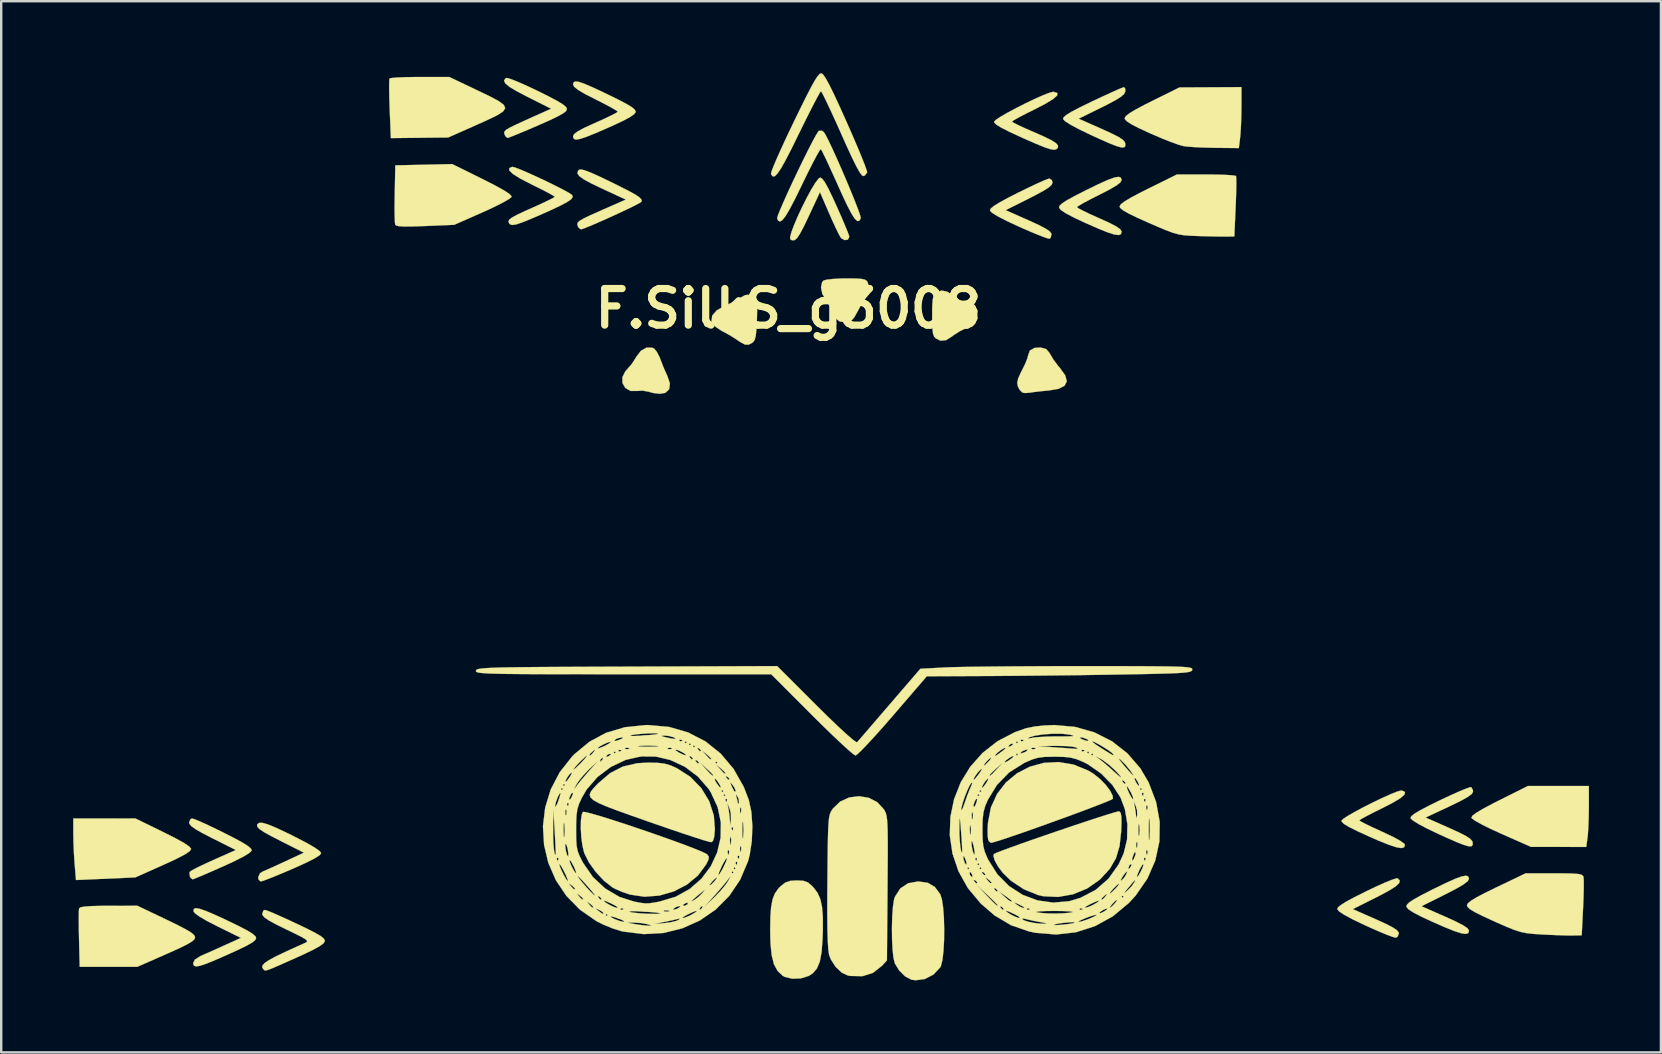
<source format=kicad_pcb>
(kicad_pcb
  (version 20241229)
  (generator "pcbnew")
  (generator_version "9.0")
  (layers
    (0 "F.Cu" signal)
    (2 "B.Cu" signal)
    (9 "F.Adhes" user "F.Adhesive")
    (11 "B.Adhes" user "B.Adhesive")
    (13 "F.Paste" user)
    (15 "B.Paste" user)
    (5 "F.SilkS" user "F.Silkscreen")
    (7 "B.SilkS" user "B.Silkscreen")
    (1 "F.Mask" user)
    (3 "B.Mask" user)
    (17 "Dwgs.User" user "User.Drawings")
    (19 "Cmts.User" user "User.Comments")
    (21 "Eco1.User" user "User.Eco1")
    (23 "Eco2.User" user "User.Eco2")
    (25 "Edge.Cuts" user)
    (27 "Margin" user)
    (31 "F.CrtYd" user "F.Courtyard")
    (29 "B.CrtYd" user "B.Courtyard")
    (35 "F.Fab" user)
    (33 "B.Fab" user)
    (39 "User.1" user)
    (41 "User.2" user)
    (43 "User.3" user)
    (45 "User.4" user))
  (footprint "F.SilkS_g3008"
    (layer "F.Cu")
    (at 29.808 9.81)
    (property "Reference" "F.SilkS_g3008" (at 0 0 0) (layer "F.SilkS") (effects (font (size 1.524 1.524) (thickness 0.3))))
    (attr through_hole)
    (fp_poly (pts (xy -26.056 21.817) (xy -25.547 22.073) (xy -25.189 22.272) (xy -24.973 22.418) (xy -24.893 22.517) (xy -24.892 22.526) (xy -24.95 22.613) (xy -25.13 22.736) (xy -25.445 22.903) (xy -25.904 23.119) (xy -26.056 23.187) (xy -27.22 23.707) (xy -29.691 23.816) (xy -29.747 23.156) (xy -29.776 22.721) (xy -29.796 22.245) (xy -29.803 21.874) (xy -29.803 21.251) (xy -28.512 21.25) (xy -27.22 21.249) (xy -26.056 21.817)) (stroke (width 0.01) (type solid)) (fill yes) (layer "F.SilkS"))
    (fp_poly (pts (xy 33.359 20.774) (xy 33.353 21.193) (xy 33.339 21.595) (xy 33.318 21.92) (xy 33.305 22.044) (xy 33.251 22.437) (xy 30.946 22.434) (xy 29.718 21.891) (xy 29.262 21.683) (xy 28.89 21.497) (xy 28.621 21.347) (xy 28.48 21.244) (xy 28.464 21.219) (xy 28.508 21.136) (xy 28.673 21.011) (xy 28.97 20.835) (xy 29.408 20.603) (xy 29.627 20.493) (xy 30.816 19.897) (xy 33.359 19.897) (xy 33.359 20.774)) (stroke (width 0.01) (type solid)) (fill yes) (layer "F.SilkS"))
    (fp_poly (pts (xy -12.948 -9.087) (xy -12.435 -8.84) (xy -12.073 -8.647) (xy -11.862 -8.49) (xy -11.802 -8.351) (xy -11.895 -8.211) (xy -12.14 -8.054) (xy -12.54 -7.861) (xy -12.996 -7.656) (xy -14.182 -7.13) (xy -15.375 -7.118) (xy -16.569 -7.105) (xy -16.617 -8.314) (xy -16.632 -8.751) (xy -16.639 -9.127) (xy -16.638 -9.409) (xy -16.63 -9.567) (xy -16.625 -9.587) (xy -16.53 -9.61) (xy -16.298 -9.63) (xy -15.958 -9.644) (xy -15.542 -9.651) (xy -15.36 -9.652) (xy -14.136 -9.652) (xy -12.948 -9.087)) (stroke (width 0.01) (type solid)) (fill yes) (layer "F.SilkS"))
    (fp_poly (pts (xy -12.761 -5.404) (xy -12.23 -5.134) (xy -11.852 -4.925) (xy -11.622 -4.773) (xy -11.535 -4.675) (xy -11.534 -4.661) (xy -11.617 -4.584) (xy -11.829 -4.457) (xy -12.146 -4.292) (xy -12.539 -4.105) (xy -12.743 -4.014) (xy -13.928 -3.491) (xy -15.137 -3.44) (xy -15.638 -3.423) (xy -15.991 -3.419) (xy -16.22 -3.431) (xy -16.346 -3.46) (xy -16.389 -3.498) (xy -16.402 -3.619) (xy -16.41 -3.874) (xy -16.413 -4.231) (xy -16.409 -4.654) (xy -16.407 -4.788) (xy -16.383 -5.969) (xy -15.198 -5.995) (xy -14.012 -6.022) (xy -12.761 -5.404)) (stroke (width 0.01) (type solid)) (fill yes) (layer "F.SilkS"))
    (fp_poly (pts (xy -25.932 25.462) (xy -25.457 25.692) (xy -25.119 25.868) (xy -24.898 26.002) (xy -24.774 26.105) (xy -24.729 26.188) (xy -24.728 26.204) (xy -24.755 26.283) (xy -24.852 26.373) (xy -25.039 26.486) (xy -25.335 26.634) (xy -25.762 26.829) (xy -25.931 26.903) (xy -27.136 27.433) (xy -29.536 27.432) (xy -29.565 26.268) (xy -29.573 25.835) (xy -29.576 25.458) (xy -29.574 25.174) (xy -29.565 25.015) (xy -29.562 24.998) (xy -29.498 24.953) (xy -29.327 24.921) (xy -29.029 24.901) (xy -28.588 24.891) (xy -28.333 24.89) (xy -27.136 24.888) (xy -25.932 25.462)) (stroke (width 0.01) (type solid)) (fill yes) (layer "F.SilkS"))
    (fp_poly (pts (xy -5.673 1.631) (xy -5.596 1.668) (xy -5.488 1.795) (xy -5.373 2.018) (xy -5.331 2.125) (xy -5.21 2.439) (xy -5.072 2.751) (xy -5.042 2.813) (xy -4.939 3.124) (xy -4.97 3.364) (xy -5.128 3.512) (xy -5.353 3.551) (xy -5.62 3.521) (xy -5.837 3.463) (xy -6.078 3.419) (xy -6.285 3.433) (xy -6.579 3.432) (xy -6.796 3.311) (xy -6.915 3.107) (xy -6.92 2.859) (xy -6.791 2.606) (xy -6.723 2.534) (xy -6.535 2.317) (xy -6.362 2.052) (xy -6.341 2.012) (xy -6.149 1.761) (xy -5.913 1.628) (xy -5.673 1.631)) (stroke (width 0.01) (type solid)) (fill yes) (layer "F.SilkS"))
    (fp_poly (pts (xy 18.88 -8.403) (xy 18.874 -7.984) (xy 18.858 -7.571) (xy 18.836 -7.233) (xy 18.826 -7.133) (xy 18.772 -6.689) (xy 17.789 -6.699) (xy 17.36 -6.709) (xy 16.959 -6.726) (xy 16.636 -6.75) (xy 16.468 -6.77) (xy 16.263 -6.827) (xy 15.947 -6.941) (xy 15.558 -7.095) (xy 15.138 -7.275) (xy 15.071 -7.305) (xy 14.612 -7.517) (xy 14.295 -7.68) (xy 14.103 -7.804) (xy 14.019 -7.899) (xy 14.012 -7.931) (xy 14.061 -8.019) (xy 14.216 -8.142) (xy 14.493 -8.307) (xy 14.904 -8.524) (xy 15.155 -8.65) (xy 16.298 -9.216) (xy 18.881 -9.229) (xy 18.88 -8.403)) (stroke (width 0.01) (type solid)) (fill yes) (layer "F.SilkS"))
    (fp_poly (pts (xy 6.62 -0.704) (xy 6.83 -0.561) (xy 7.07 -0.389) (xy 7.352 -0.225) (xy 7.401 -0.201) (xy 7.697 -0.023) (xy 7.842 0.166) (xy 7.856 0.394) (xy 7.845 0.443) (xy 7.732 0.63) (xy 7.483 0.781) (xy 7.436 0.8) (xy 7.149 0.941) (xy 6.884 1.11) (xy 6.836 1.149) (xy 6.568 1.319) (xy 6.333 1.337) (xy 6.144 1.242) (xy 6.072 1.165) (xy 6.026 1.04) (xy 6.001 0.831) (xy 5.991 0.503) (xy 5.99 0.296) (xy 5.995 -0.099) (xy 6.012 -0.36) (xy 6.047 -0.521) (xy 6.106 -0.617) (xy 6.144 -0.65) (xy 6.379 -0.752) (xy 6.62 -0.704)) (stroke (width 0.01) (type solid)) (fill yes) (layer "F.SilkS"))
    (fp_poly (pts (xy 10.747 1.69) (xy 10.893 1.866) (xy 10.913 1.905) (xy 11.043 2.124) (xy 11.233 2.38) (xy 11.316 2.477) (xy 11.538 2.784) (xy 11.603 3.03) (xy 11.509 3.217) (xy 11.257 3.345) (xy 10.846 3.415) (xy 10.837 3.415) (xy 10.514 3.446) (xy 10.231 3.479) (xy 10.075 3.504) (xy 9.87 3.521) (xy 9.752 3.501) (xy 9.639 3.391) (xy 9.563 3.248) (xy 9.535 3.093) (xy 9.578 2.903) (xy 9.704 2.631) (xy 9.738 2.567) (xy 9.871 2.295) (xy 9.963 2.065) (xy 9.991 1.946) (xy 10.063 1.749) (xy 10.263 1.638) (xy 10.514 1.624) (xy 10.747 1.69)) (stroke (width 0.01) (type solid)) (fill yes) (layer "F.SilkS"))
    (fp_poly (pts (xy -1.561 -0.524) (xy -1.501 -0.486) (xy -1.402 -0.414) (xy -1.341 -0.329) (xy -1.31 -0.195) (xy -1.302 0.024) (xy -1.31 0.367) (xy -1.314 0.48) (xy -1.333 0.881) (xy -1.362 1.147) (xy -1.408 1.309) (xy -1.476 1.403) (xy -1.491 1.415) (xy -1.657 1.505) (xy -1.816 1.499) (xy -2.023 1.386) (xy -2.125 1.314) (xy -2.397 1.138) (xy -2.703 0.969) (xy -2.765 0.939) (xy -3.066 0.742) (xy -3.203 0.522) (xy -3.178 0.294) (xy -2.991 0.079) (xy -2.728 -0.071) (xy -2.419 -0.219) (xy -2.115 -0.382) (xy -2.022 -0.437) (xy -1.821 -0.552) (xy -1.691 -0.579) (xy -1.561 -0.524)) (stroke (width 0.01) (type solid)) (fill yes) (layer "F.SilkS"))
    (fp_poly (pts (xy 2.779 -1.253) (xy 3.032 -1.239) (xy 3.183 -1.207) (xy 3.268 -1.151) (xy 3.302 -1.101) (xy 3.382 -0.812) (xy 3.298 -0.557) (xy 3.256 -0.504) (xy 3.147 -0.351) (xy 3.003 -0.106) (xy 2.896 0.095) (xy 2.75 0.359) (xy 2.626 0.503) (xy 2.484 0.565) (xy 2.409 0.576) (xy 2.138 0.538) (xy 2.017 0.449) (xy 1.885 0.244) (xy 1.819 0.085) (xy 1.719 -0.127) (xy 1.565 -0.354) (xy 1.555 -0.366) (xy 1.411 -0.615) (xy 1.358 -0.877) (xy 1.402 -1.095) (xy 1.46 -1.166) (xy 1.587 -1.203) (xy 1.84 -1.233) (xy 2.176 -1.252) (xy 2.392 -1.256) (xy 2.779 -1.253)) (stroke (width 0.01) (type solid)) (fill yes) (layer "F.SilkS"))
    (fp_poly (pts (xy 5.809 23.931) (xy 6.106 24.108) (xy 6.329 24.41) (xy 6.398 24.628) (xy 6.448 24.969) (xy 6.48 25.394) (xy 6.492 25.863) (xy 6.487 26.338) (xy 6.462 26.778) (xy 6.419 27.143) (xy 6.357 27.396) (xy 6.328 27.456) (xy 6.044 27.756) (xy 5.685 27.942) (xy 5.298 27.994) (xy 5.122 27.967) (xy 4.86 27.829) (xy 4.611 27.58) (xy 4.434 27.287) (xy 4.379 27.061) (xy 4.341 26.712) (xy 4.319 26.282) (xy 4.314 25.816) (xy 4.326 25.359) (xy 4.354 24.954) (xy 4.399 24.645) (xy 4.435 24.522) (xy 4.662 24.168) (xy 4.987 23.951) (xy 5.404 23.876) (xy 5.411 23.876) (xy 5.809 23.931)) (stroke (width 0.01) (type solid)) (fill yes) (layer "F.SilkS"))
    (fp_poly (pts (xy 0.625 23.848) (xy 0.812 23.916) (xy 0.992 24.072) (xy 1.058 24.142) (xy 1.218 24.357) (xy 1.331 24.615) (xy 1.402 24.944) (xy 1.435 25.372) (xy 1.435 25.925) (xy 1.423 26.267) (xy 1.384 26.811) (xy 1.309 27.214) (xy 1.189 27.503) (xy 1.014 27.705) (xy 0.849 27.812) (xy 0.521 27.916) (xy 0.162 27.929) (xy -0.153 27.853) (xy -0.244 27.802) (xy -0.451 27.605) (xy -0.6 27.332) (xy -0.696 26.959) (xy -0.747 26.464) (xy -0.76 25.95) (xy -0.752 25.381) (xy -0.722 24.95) (xy -0.662 24.627) (xy -0.566 24.381) (xy -0.428 24.181) (xy -0.334 24.083) (xy -0.135 23.924) (xy 0.073 23.851) (xy 0.351 23.834) (xy 0.625 23.848)) (stroke (width 0.01) (type solid)) (fill yes) (layer "F.SilkS"))
    (fp_poly (pts (xy -5.449 18.932) (xy -5.16 18.966) (xy -4.909 19.039) (xy -4.646 19.157) (xy -4.088 19.516) (xy -3.634 19.982) (xy -3.302 20.527) (xy -3.108 21.127) (xy -3.065 21.708) (xy -3.093 22.017) (xy -3.143 22.185) (xy -3.217 22.24) (xy -3.326 22.216) (xy -3.574 22.143) (xy -3.94 22.026) (xy -4.404 21.873) (xy -4.945 21.69) (xy -5.543 21.483) (xy -5.8 21.394) (xy -6.535 21.135) (xy -7.124 20.924) (xy -7.577 20.752) (xy -7.908 20.609) (xy -8.127 20.486) (xy -8.248 20.374) (xy -8.282 20.263) (xy -8.242 20.145) (xy -8.14 20.009) (xy -7.988 19.847) (xy -7.918 19.776) (xy -7.426 19.357) (xy -6.895 19.085) (xy -6.291 18.947) (xy -5.842 18.923) (xy -5.449 18.932)) (stroke (width 0.01) (type solid)) (fill yes) (layer "F.SilkS"))
    (fp_poly (pts (xy 11.883 19.004) (xy 12.492 19.253) (xy 12.712 19.386) (xy 12.976 19.595) (xy 13.218 19.842) (xy 13.407 20.092) (xy 13.515 20.306) (xy 13.523 20.43) (xy 13.439 20.476) (xy 13.218 20.57) (xy 12.884 20.701) (xy 12.46 20.863) (xy 11.97 21.046) (xy 11.437 21.241) (xy 10.885 21.442) (xy 10.336 21.638) (xy 9.814 21.822) (xy 9.343 21.984) (xy 8.947 22.118) (xy 8.647 22.213) (xy 8.469 22.263) (xy 8.436 22.267) (xy 8.359 22.2) (xy 8.326 22.135) (xy 8.306 21.986) (xy 8.303 21.727) (xy 8.316 21.437) (xy 8.439 20.793) (xy 8.697 20.227) (xy 9.067 19.748) (xy 9.53 19.366) (xy 10.064 19.091) (xy 10.648 18.932) (xy 11.262 18.9) (xy 11.883 19.004)) (stroke (width 0.01) (type solid)) (fill yes) (layer "F.SilkS"))
    (fp_poly (pts (xy 10.983 -5.348) (xy 11.007 -5.25) (xy 10.971 -5.159) (xy 10.851 -5.048) (xy 10.626 -4.906) (xy 10.276 -4.717) (xy 10.029 -4.591) (xy 9.051 -4.101) (xy 10.008 -3.677) (xy 10.434 -3.482) (xy 10.721 -3.333) (xy 10.89 -3.219) (xy 10.959 -3.125) (xy 10.964 -3.095) (xy 10.926 -2.949) (xy 10.88 -2.909) (xy 10.777 -2.933) (xy 10.549 -3.016) (xy 10.224 -3.147) (xy 9.833 -3.315) (xy 9.61 -3.413) (xy 9.104 -3.649) (xy 8.726 -3.843) (xy 8.487 -3.991) (xy 8.398 -4.085) (xy 8.428 -4.163) (xy 8.553 -4.27) (xy 8.789 -4.417) (xy 9.151 -4.614) (xy 9.561 -4.823) (xy 9.977 -5.027) (xy 10.347 -5.202) (xy 10.641 -5.333) (xy 10.83 -5.407) (xy 10.879 -5.419) (xy 10.983 -5.348)) (stroke (width 0.01) (type solid)) (fill yes) (layer "F.SilkS"))
    (fp_poly (pts (xy 17.839 -5.584) (xy 18.211 -5.572) (xy 18.487 -5.555) (xy 18.638 -5.533) (xy 18.655 -5.524) (xy 18.665 -5.421) (xy 18.667 -5.181) (xy 18.661 -4.835) (xy 18.647 -4.416) (xy 18.639 -4.233) (xy 18.584 -3.006) (xy 18.288 -3) (xy 18.077 -3.001) (xy 17.749 -3.006) (xy 17.357 -3.015) (xy 17.103 -3.022) (xy 16.761 -3.035) (xy 16.493 -3.054) (xy 16.26 -3.093) (xy 16.02 -3.16) (xy 15.734 -3.266) (xy 15.364 -3.422) (xy 15.007 -3.577) (xy 14.515 -3.798) (xy 14.165 -3.968) (xy 13.941 -4.098) (xy 13.826 -4.196) (xy 13.801 -4.256) (xy 13.85 -4.343) (xy 14.006 -4.464) (xy 14.283 -4.63) (xy 14.696 -4.847) (xy 14.996 -4.997) (xy 16.191 -5.588) (xy 17.404 -5.588) (xy 17.839 -5.584)) (stroke (width 0.01) (type solid)) (fill yes) (layer "F.SilkS"))
    (fp_poly (pts (xy 25.478 23.834) (xy 25.455 23.943) (xy 25.311 24.08) (xy 25.034 24.255) (xy 24.615 24.48) (xy 24.503 24.536) (xy 23.521 25.029) (xy 24.482 25.453) (xy 24.906 25.647) (xy 25.193 25.795) (xy 25.362 25.909) (xy 25.435 26.002) (xy 25.442 26.04) (xy 25.386 26.181) (xy 25.315 26.219) (xy 25.197 26.19) (xy 24.956 26.102) (xy 24.623 25.965) (xy 24.229 25.792) (xy 24.046 25.709) (xy 23.54 25.467) (xy 23.171 25.27) (xy 22.947 25.122) (xy 22.876 25.038) (xy 22.9 24.963) (xy 23.012 24.863) (xy 23.226 24.728) (xy 23.56 24.547) (xy 24.032 24.31) (xy 24.073 24.289) (xy 24.492 24.089) (xy 24.862 23.924) (xy 25.154 23.806) (xy 25.34 23.746) (xy 25.391 23.744) (xy 25.478 23.834)) (stroke (width 0.01) (type solid)) (fill yes) (layer "F.SilkS"))
    (fp_poly (pts (xy -24.545 25.012) (xy -24.28 25.103) (xy -23.898 25.266) (xy -23.383 25.504) (xy -23.338 25.526) (xy -22.865 25.756) (xy -22.531 25.932) (xy -22.317 26.066) (xy -22.208 26.168) (xy -22.183 26.234) (xy -22.219 26.315) (xy -22.34 26.415) (xy -22.565 26.545) (xy -22.912 26.715) (xy -23.347 26.913) (xy -23.86 27.139) (xy -24.239 27.295) (xy -24.505 27.386) (xy -24.675 27.417) (xy -24.769 27.392) (xy -24.805 27.316) (xy -24.807 27.273) (xy -24.734 27.132) (xy -24.505 26.986) (xy -24.405 26.941) (xy -24.118 26.815) (xy -23.757 26.654) (xy -23.41 26.497) (xy -22.818 26.227) (xy -23.79 25.75) (xy -24.236 25.52) (xy -24.56 25.33) (xy -24.748 25.188) (xy -24.791 25.125) (xy -24.785 25.027) (xy -24.708 24.988) (xy -24.545 25.012)) (stroke (width 0.01) (type solid)) (fill yes) (layer "F.SilkS"))
    (fp_poly (pts (xy -21.914 21.435) (xy -21.693 21.498) (xy -21.371 21.63) (xy -20.931 21.836) (xy -20.617 21.991) (xy -20.103 22.256) (xy -19.74 22.465) (xy -19.53 22.615) (xy -19.473 22.696) (xy -19.54 22.784) (xy -19.746 22.915) (xy -20.098 23.093) (xy -20.601 23.321) (xy -20.68 23.355) (xy -21.103 23.535) (xy -21.475 23.689) (xy -21.767 23.803) (xy -21.949 23.867) (xy -21.992 23.877) (xy -22.078 23.805) (xy -22.098 23.705) (xy -22.024 23.537) (xy -21.907 23.46) (xy -21.75 23.394) (xy -21.484 23.275) (xy -21.153 23.124) (xy -20.955 23.032) (xy -20.193 22.677) (xy -21.124 22.207) (xy -21.561 21.983) (xy -21.863 21.815) (xy -22.048 21.69) (xy -22.135 21.595) (xy -22.143 21.516) (xy -22.13 21.488) (xy -22.054 21.433) (xy -21.914 21.435)) (stroke (width 0.01) (type solid)) (fill yes) (layer "F.SilkS"))
    (fp_poly (pts (xy 1.408 -5.414) (xy 1.519 -5.264) (xy 1.667 -4.995) (xy 1.861 -4.592) (xy 2.005 -4.276) (xy 2.19 -3.859) (xy 2.346 -3.493) (xy 2.464 -3.207) (xy 2.529 -3.032) (xy 2.538 -2.994) (xy 2.481 -2.876) (xy 2.347 -2.853) (xy 2.204 -2.931) (xy 2.175 -2.966) (xy 2.096 -3.109) (xy 1.969 -3.368) (xy 1.815 -3.704) (xy 1.688 -3.992) (xy 1.315 -4.854) (xy 0.857 -3.871) (xy 0.646 -3.429) (xy 0.485 -3.124) (xy 0.361 -2.938) (xy 0.257 -2.851) (xy 0.159 -2.844) (xy 0.081 -2.881) (xy 0.071 -2.98) (xy 0.129 -3.196) (xy 0.243 -3.498) (xy 0.396 -3.856) (xy 0.575 -4.238) (xy 0.764 -4.615) (xy 0.949 -4.957) (xy 1.116 -5.231) (xy 1.249 -5.409) (xy 1.325 -5.461) (xy 1.408 -5.414)) (stroke (width 0.01) (type solid)) (fill yes) (layer "F.SilkS"))
    (fp_poly (pts (xy 13.842 21.009) (xy 13.873 21.142) (xy 13.882 21.381) (xy 13.87 21.758) (xy 13.869 21.782) (xy 13.802 22.399) (xy 13.652 22.904) (xy 13.401 23.339) (xy 13.028 23.749) (xy 12.958 23.814) (xy 12.447 24.171) (xy 11.859 24.411) (xy 11.239 24.521) (xy 10.63 24.493) (xy 10.408 24.443) (xy 9.816 24.203) (xy 9.278 23.849) (xy 8.936 23.519) (xy 8.737 23.253) (xy 8.6 23.004) (xy 8.544 22.814) (xy 8.564 22.734) (xy 8.664 22.685) (xy 8.9 22.593) (xy 9.248 22.464) (xy 9.684 22.307) (xy 10.187 22.13) (xy 10.731 21.942) (xy 11.293 21.749) (xy 11.851 21.56) (xy 12.38 21.384) (xy 12.857 21.227) (xy 13.26 21.099) (xy 13.563 21.006) (xy 13.744 20.958) (xy 13.784 20.953) (xy 13.842 21.009)) (stroke (width 0.01) (type solid)) (fill yes) (layer "F.SilkS"))
    (fp_poly (pts (xy 14.039 -9.159) (xy 14.039 -9.043) (xy 13.991 -8.943) (xy 13.859 -8.827) (xy 13.624 -8.68) (xy 13.263 -8.489) (xy 13.053 -8.385) (xy 12.094 -7.913) (xy 13.053 -7.489) (xy 13.473 -7.297) (xy 13.759 -7.152) (xy 13.933 -7.037) (xy 14.019 -6.938) (xy 14.039 -6.877) (xy 14.039 -6.771) (xy 13.989 -6.716) (xy 13.872 -6.715) (xy 13.668 -6.774) (xy 13.359 -6.896) (xy 12.928 -7.087) (xy 12.615 -7.231) (xy 12.128 -7.465) (xy 11.762 -7.66) (xy 11.53 -7.808) (xy 11.445 -7.901) (xy 11.472 -7.975) (xy 11.589 -8.075) (xy 11.813 -8.21) (xy 12.159 -8.391) (xy 12.645 -8.627) (xy 12.663 -8.636) (xy 13.087 -8.835) (xy 13.459 -9.006) (xy 13.751 -9.136) (xy 13.937 -9.213) (xy 13.988 -9.229) (xy 14.039 -9.159)) (stroke (width 0.01) (type solid)) (fill yes) (layer "F.SilkS"))
    (fp_poly (pts (xy 28.333 23.668) (xy 28.363 23.762) (xy 28.363 23.772) (xy 28.308 23.868) (xy 28.133 24.001) (xy 27.826 24.181) (xy 27.374 24.414) (xy 27.372 24.415) (xy 26.382 24.908) (xy 27.372 25.344) (xy 27.819 25.547) (xy 28.122 25.704) (xy 28.298 25.824) (xy 28.362 25.916) (xy 28.363 25.928) (xy 28.334 26.025) (xy 28.236 26.063) (xy 28.051 26.038) (xy 27.764 25.946) (xy 27.358 25.784) (xy 26.882 25.576) (xy 26.398 25.352) (xy 26.06 25.178) (xy 25.853 25.045) (xy 25.763 24.945) (xy 25.757 24.924) (xy 25.776 24.847) (xy 25.868 24.752) (xy 26.052 24.629) (xy 26.349 24.464) (xy 26.776 24.245) (xy 26.879 24.194) (xy 27.399 23.94) (xy 27.787 23.766) (xy 28.061 23.666) (xy 28.237 23.635) (xy 28.333 23.668)) (stroke (width 0.01) (type solid)) (fill yes) (layer "F.SilkS"))
    (fp_poly (pts (xy 28.523 20.06) (xy 28.533 20.139) (xy 28.478 20.232) (xy 28.303 20.359) (xy 27.997 20.528) (xy 27.545 20.748) (xy 27.543 20.749) (xy 26.553 21.212) (xy 27.522 21.639) (xy 27.946 21.833) (xy 28.235 21.98) (xy 28.412 22.097) (xy 28.499 22.195) (xy 28.517 22.252) (xy 28.517 22.356) (xy 28.466 22.41) (xy 28.347 22.41) (xy 28.141 22.35) (xy 27.83 22.227) (xy 27.396 22.036) (xy 27.094 21.898) (xy 26.629 21.676) (xy 26.268 21.486) (xy 26.028 21.338) (xy 25.927 21.241) (xy 25.925 21.236) (xy 25.958 21.159) (xy 26.091 21.052) (xy 26.339 20.904) (xy 26.716 20.707) (xy 27.141 20.498) (xy 27.562 20.3) (xy 27.932 20.134) (xy 28.223 20.014) (xy 28.407 19.95) (xy 28.458 19.945) (xy 28.523 20.06)) (stroke (width 0.01) (type solid)) (fill yes) (layer "F.SilkS"))
    (fp_poly (pts (xy 32.382 23.539) (xy 32.713 23.548) (xy 32.928 23.565) (xy 33.053 23.595) (xy 33.115 23.641) (xy 33.135 23.686) (xy 33.146 23.822) (xy 33.148 24.091) (xy 33.14 24.457) (xy 33.124 24.883) (xy 33.119 24.977) (xy 33.062 26.12) (xy 32.681 26.127) (xy 32.431 26.126) (xy 32.07 26.115) (xy 31.655 26.098) (xy 31.411 26.085) (xy 31.054 26.062) (xy 30.772 26.031) (xy 30.523 25.981) (xy 30.262 25.899) (xy 29.947 25.773) (xy 29.533 25.592) (xy 29.401 25.532) (xy 28.937 25.319) (xy 28.611 25.156) (xy 28.406 25.032) (xy 28.302 24.936) (xy 28.279 24.87) (xy 28.316 24.788) (xy 28.441 24.683) (xy 28.67 24.543) (xy 29.021 24.359) (xy 29.501 24.124) (xy 30.724 23.537) (xy 31.909 23.537) (xy 32.382 23.539)) (stroke (width 0.01) (type solid)) (fill yes) (layer "F.SilkS"))
    (fp_poly (pts (xy -24.732 21.288) (xy -24.493 21.388) (xy -24.163 21.54) (xy -23.769 21.729) (xy -23.531 21.847) (xy -23.054 22.091) (xy -22.716 22.277) (xy -22.5 22.416) (xy -22.39 22.518) (xy -22.368 22.587) (xy -22.461 22.685) (xy -22.707 22.836) (xy -23.099 23.035) (xy -23.581 23.257) (xy -23.995 23.439) (xy -24.355 23.595) (xy -24.632 23.712) (xy -24.798 23.777) (xy -24.831 23.787) (xy -24.915 23.724) (xy -24.944 23.668) (xy -24.961 23.515) (xy -24.946 23.471) (xy -24.854 23.41) (xy -24.64 23.297) (xy -24.333 23.149) (xy -23.967 22.982) (xy -23.964 22.981) (xy -23.029 22.565) (xy -24.003 22.077) (xy -24.427 21.858) (xy -24.716 21.692) (xy -24.889 21.566) (xy -24.967 21.467) (xy -24.977 21.42) (xy -24.923 21.282) (xy -24.849 21.251) (xy -24.732 21.288)) (stroke (width 0.01) (type solid)) (fill yes) (layer "F.SilkS"))
    (fp_poly (pts (xy -11.662 -9.596) (xy -11.435 -9.514) (xy -11.113 -9.379) (xy -10.723 -9.201) (xy -10.452 -9.071) (xy -9.964 -8.829) (xy -9.615 -8.642) (xy -9.387 -8.501) (xy -9.264 -8.395) (xy -9.229 -8.316) (xy -9.263 -8.237) (xy -9.379 -8.142) (xy -9.595 -8.019) (xy -9.93 -7.857) (xy -10.404 -7.647) (xy -10.435 -7.633) (xy -10.854 -7.453) (xy -11.219 -7.3) (xy -11.501 -7.186) (xy -11.671 -7.121) (xy -11.708 -7.111) (xy -11.791 -7.179) (xy -11.825 -7.245) (xy -11.846 -7.319) (xy -11.831 -7.385) (xy -11.758 -7.455) (xy -11.603 -7.546) (xy -11.346 -7.671) (xy -10.963 -7.846) (xy -10.807 -7.916) (xy -9.888 -8.329) (xy -10.871 -8.822) (xy -11.324 -9.059) (xy -11.632 -9.245) (xy -11.804 -9.39) (xy -11.852 -9.504) (xy -11.788 -9.597) (xy -11.764 -9.612) (xy -11.662 -9.596)) (stroke (width 0.01) (type solid)) (fill yes) (layer "F.SilkS"))
    (fp_poly (pts (xy -8.467 20.983) (xy -8.234 21.04) (xy -7.89 21.139) (xy -7.456 21.274) (xy -6.957 21.435) (xy -6.417 21.614) (xy -5.857 21.805) (xy -5.303 21.998) (xy -4.777 22.185) (xy -4.302 22.36) (xy -3.903 22.513) (xy -3.601 22.637) (xy -3.422 22.724) (xy -3.389 22.746) (xy -3.318 22.84) (xy -3.329 22.96) (xy -3.426 23.161) (xy -3.768 23.626) (xy -4.23 24.007) (xy -4.777 24.291) (xy -5.377 24.464) (xy -5.995 24.513) (xy -6.596 24.424) (xy -6.597 24.424) (xy -6.915 24.317) (xy -7.213 24.189) (xy -7.334 24.123) (xy -7.684 23.849) (xy -8.028 23.481) (xy -8.317 23.078) (xy -8.507 22.695) (xy -8.515 22.673) (xy -8.585 22.38) (xy -8.632 22.028) (xy -8.653 21.663) (xy -8.647 21.333) (xy -8.613 21.085) (xy -8.564 20.976) (xy -8.467 20.983)) (stroke (width 0.01) (type solid)) (fill yes) (layer "F.SilkS"))
    (fp_poly (pts (xy -8.49 -5.763) (xy -8.231 -5.664) (xy -7.856 -5.495) (xy -7.428 -5.289) (xy -6.938 -5.047) (xy -6.583 -4.864) (xy -6.342 -4.728) (xy -6.197 -4.626) (xy -6.128 -4.547) (xy -6.117 -4.477) (xy -6.122 -4.454) (xy -6.203 -4.4) (xy -6.406 -4.293) (xy -6.702 -4.148) (xy -7.057 -3.981) (xy -7.44 -3.805) (xy -7.819 -3.636) (xy -8.161 -3.487) (xy -8.436 -3.374) (xy -8.61 -3.31) (xy -8.65 -3.302) (xy -8.742 -3.37) (xy -8.777 -3.435) (xy -8.798 -3.514) (xy -8.779 -3.584) (xy -8.697 -3.66) (xy -8.532 -3.756) (xy -8.26 -3.886) (xy -7.861 -4.065) (xy -7.727 -4.124) (xy -6.775 -4.542) (xy -7.757 -4.996) (xy -8.214 -5.215) (xy -8.529 -5.386) (xy -8.716 -5.521) (xy -8.792 -5.632) (xy -8.771 -5.733) (xy -8.731 -5.781) (xy -8.651 -5.8) (xy -8.49 -5.763)) (stroke (width 0.01) (type solid)) (fill yes) (layer "F.SilkS"))
    (fp_poly (pts (xy 25.697 20.147) (xy 25.677 20.255) (xy 25.5 20.408) (xy 25.164 20.609) (xy 24.744 20.823) (xy 24.382 21.002) (xy 24.084 21.156) (xy 23.878 21.27) (xy 23.793 21.329) (xy 23.792 21.331) (xy 23.865 21.382) (xy 24.063 21.485) (xy 24.358 21.626) (xy 24.718 21.791) (xy 24.744 21.803) (xy 25.175 22.005) (xy 25.485 22.173) (xy 25.661 22.298) (xy 25.696 22.353) (xy 25.661 22.451) (xy 25.547 22.485) (xy 25.337 22.451) (xy 25.018 22.346) (xy 24.576 22.167) (xy 24.19 21.998) (xy 23.704 21.775) (xy 23.363 21.604) (xy 23.151 21.476) (xy 23.056 21.383) (xy 23.048 21.344) (xy 23.13 21.262) (xy 23.335 21.129) (xy 23.631 20.96) (xy 23.986 20.771) (xy 24.369 20.578) (xy 24.747 20.397) (xy 25.088 20.243) (xy 25.36 20.134) (xy 25.532 20.085) (xy 25.562 20.085) (xy 25.697 20.147)) (stroke (width 0.01) (type solid)) (fill yes) (layer "F.SilkS"))
    (fp_poly (pts (xy 11.049 -9.034) (xy 11.207 -8.985) (xy 11.203 -8.885) (xy 11.038 -8.736) (xy 10.712 -8.536) (xy 10.266 -8.306) (xy 9.905 -8.126) (xy 9.606 -7.97) (xy 9.4 -7.855) (xy 9.314 -7.795) (xy 9.313 -7.793) (xy 9.386 -7.743) (xy 9.584 -7.643) (xy 9.876 -7.508) (xy 10.181 -7.375) (xy 10.638 -7.174) (xy 10.954 -7.019) (xy 11.146 -6.898) (xy 11.233 -6.801) (xy 11.233 -6.714) (xy 11.223 -6.697) (xy 11.162 -6.637) (xy 11.062 -6.619) (xy 10.9 -6.647) (xy 10.655 -6.73) (xy 10.306 -6.873) (xy 9.83 -7.081) (xy 9.713 -7.134) (xy 9.218 -7.363) (xy 8.87 -7.54) (xy 8.659 -7.671) (xy 8.573 -7.763) (xy 8.57 -7.787) (xy 8.652 -7.87) (xy 8.856 -8.004) (xy 9.152 -8.174) (xy 9.506 -8.363) (xy 9.887 -8.556) (xy 10.262 -8.735) (xy 10.599 -8.885) (xy 10.866 -8.99) (xy 11.032 -9.034) (xy 11.049 -9.034)) (stroke (width 0.01) (type solid)) (fill yes) (layer "F.SilkS"))
    (fp_poly (pts (xy 13.854 -5.457) (xy 13.885 -5.364) (xy 13.885 -5.352) (xy 13.831 -5.255) (xy 13.658 -5.122) (xy 13.354 -4.946) (xy 12.954 -4.741) (xy 12.597 -4.561) (xy 12.304 -4.405) (xy 12.102 -4.288) (xy 12.023 -4.228) (xy 12.023 -4.226) (xy 12.096 -4.173) (xy 12.294 -4.069) (xy 12.588 -3.928) (xy 12.948 -3.767) (xy 12.954 -3.764) (xy 13.379 -3.571) (xy 13.663 -3.423) (xy 13.826 -3.308) (xy 13.884 -3.216) (xy 13.885 -3.202) (xy 13.858 -3.104) (xy 13.763 -3.064) (xy 13.585 -3.086) (xy 13.307 -3.175) (xy 12.912 -3.334) (xy 12.404 -3.557) (xy 11.905 -3.79) (xy 11.558 -3.973) (xy 11.352 -4.11) (xy 11.279 -4.207) (xy 11.301 -4.285) (xy 11.404 -4.383) (xy 11.605 -4.513) (xy 11.922 -4.688) (xy 12.376 -4.919) (xy 12.401 -4.932) (xy 12.92 -5.185) (xy 13.308 -5.359) (xy 13.582 -5.459) (xy 13.759 -5.491) (xy 13.854 -5.457)) (stroke (width 0.01) (type solid)) (fill yes) (layer "F.SilkS"))
    (fp_poly (pts (xy -11.393 -5.88) (xy -11.162 -5.791) (xy -10.846 -5.655) (xy -10.479 -5.488) (xy -10.094 -5.307) (xy -9.722 -5.125) (xy -9.398 -4.96) (xy -9.154 -4.826) (xy -9.024 -4.739) (xy -9.021 -4.736) (xy -8.987 -4.661) (xy -9.039 -4.571) (xy -9.192 -4.458) (xy -9.461 -4.311) (xy -9.862 -4.12) (xy -10.257 -3.943) (xy -10.738 -3.735) (xy -11.089 -3.593) (xy -11.333 -3.511) (xy -11.491 -3.483) (xy -11.588 -3.502) (xy -11.642 -3.556) (xy -11.668 -3.631) (xy -11.634 -3.706) (xy -11.52 -3.795) (xy -11.304 -3.912) (xy -10.965 -4.07) (xy -10.669 -4.202) (xy -10.309 -4.364) (xy -10.014 -4.505) (xy -9.813 -4.607) (xy -9.737 -4.658) (xy -9.737 -4.659) (xy -9.808 -4.711) (xy -10.004 -4.82) (xy -10.294 -4.971) (xy -10.651 -5.148) (xy -10.689 -5.167) (xy -11.163 -5.411) (xy -11.477 -5.606) (xy -11.633 -5.754) (xy -11.633 -5.855) (xy -11.506 -5.908) (xy -11.393 -5.88)) (stroke (width 0.01) (type solid)) (fill yes) (layer "F.SilkS"))
    (fp_poly (pts (xy 3.344 20.388) (xy 3.704 20.572) (xy 3.981 20.873) (xy 3.981 20.873) (xy 4.027 20.953) (xy 4.064 21.041) (xy 4.092 21.156) (xy 4.113 21.314) (xy 4.128 21.535) (xy 4.137 21.836) (xy 4.14 22.234) (xy 4.14 22.75) (xy 4.136 23.399) (xy 4.131 24.159) (xy 4.106 27.165) (xy 3.895 27.394) (xy 3.526 27.684) (xy 3.093 27.823) (xy 2.583 27.814) (xy 2.48 27.796) (xy 2.218 27.673) (xy 1.966 27.433) (xy 1.769 27.126) (xy 1.695 26.932) (xy 1.664 26.73) (xy 1.641 26.385) (xy 1.626 25.891) (xy 1.619 25.242) (xy 1.62 24.433) (xy 1.625 23.847) (xy 1.632 23.097) (xy 1.639 22.497) (xy 1.648 22.029) (xy 1.659 21.672) (xy 1.675 21.409) (xy 1.696 21.219) (xy 1.724 21.085) (xy 1.761 20.987) (xy 1.808 20.906) (xy 1.854 20.84) (xy 2.155 20.548) (xy 2.53 20.376) (xy 2.939 20.323) (xy 3.344 20.388)) (stroke (width 0.01) (type solid)) (fill yes) (layer "F.SilkS"))
    (fp_poly (pts (xy -8.743 -9.45) (xy -8.514 -9.373) (xy -8.178 -9.229) (xy -7.718 -9.014) (xy -7.514 -8.916) (xy -7.052 -8.689) (xy -6.726 -8.517) (xy -6.516 -8.388) (xy -6.402 -8.29) (xy -6.366 -8.211) (xy -6.367 -8.191) (xy -6.432 -8.099) (xy -6.609 -7.976) (xy -6.912 -7.815) (xy -7.357 -7.608) (xy -7.532 -7.53) (xy -8.043 -7.309) (xy -8.42 -7.157) (xy -8.683 -7.07) (xy -8.85 -7.042) (xy -8.94 -7.071) (xy -8.973 -7.15) (xy -8.975 -7.182) (xy -8.931 -7.271) (xy -8.786 -7.382) (xy -8.523 -7.524) (xy -8.121 -7.709) (xy -8.043 -7.743) (xy -7.683 -7.905) (xy -7.388 -8.046) (xy -7.187 -8.151) (xy -7.112 -8.205) (xy -7.112 -8.206) (xy -7.183 -8.262) (xy -7.378 -8.376) (xy -7.667 -8.53) (xy -8.021 -8.71) (xy -8.043 -8.721) (xy -8.479 -8.944) (xy -8.77 -9.116) (xy -8.93 -9.245) (xy -8.975 -9.331) (xy -8.955 -9.424) (xy -8.884 -9.465) (xy -8.743 -9.45)) (stroke (width 0.01) (type solid)) (fill yes) (layer "F.SilkS"))
    (fp_poly (pts (xy -21.713 25.095) (xy -21.48 25.19) (xy -21.151 25.335) (xy -20.756 25.515) (xy -20.507 25.631) (xy -20.039 25.856) (xy -19.707 26.026) (xy -19.49 26.153) (xy -19.368 26.251) (xy -19.323 26.33) (xy -19.322 26.367) (xy -19.378 26.456) (xy -19.533 26.57) (xy -19.804 26.72) (xy -20.206 26.914) (xy -20.532 27.062) (xy -20.999 27.27) (xy -21.335 27.419) (xy -21.563 27.515) (xy -21.706 27.568) (xy -21.79 27.586) (xy -21.835 27.577) (xy -21.867 27.55) (xy -21.872 27.545) (xy -21.928 27.464) (xy -21.921 27.38) (xy -21.837 27.282) (xy -21.662 27.161) (xy -21.381 27.009) (xy -20.978 26.815) (xy -20.441 26.571) (xy -20.151 26.442) (xy -20.074 26.399) (xy -20.058 26.353) (xy -20.123 26.287) (xy -20.286 26.19) (xy -20.568 26.048) (xy -20.934 25.871) (xy -21.364 25.659) (xy -21.658 25.498) (xy -21.836 25.375) (xy -21.917 25.277) (xy -21.929 25.228) (xy -21.884 25.091) (xy -21.823 25.061) (xy -21.713 25.095)) (stroke (width 0.01) (type solid)) (fill yes) (layer "F.SilkS"))
    (fp_poly (pts (xy 1.403 -7.408) (xy 1.476 -7.355) (xy 1.556 -7.228) (xy 1.683 -6.978) (xy 1.845 -6.634) (xy 2.032 -6.223) (xy 2.23 -5.771) (xy 2.429 -5.308) (xy 2.616 -4.859) (xy 2.78 -4.453) (xy 2.909 -4.117) (xy 2.992 -3.879) (xy 3.016 -3.765) (xy 3.015 -3.763) (xy 2.952 -3.657) (xy 2.871 -3.648) (xy 2.765 -3.746) (xy 2.626 -3.962) (xy 2.446 -4.308) (xy 2.218 -4.794) (xy 2.069 -5.127) (xy 1.86 -5.591) (xy 1.673 -5.999) (xy 1.518 -6.328) (xy 1.408 -6.552) (xy 1.353 -6.647) (xy 1.351 -6.649) (xy 1.299 -6.587) (xy 1.187 -6.394) (xy 1.027 -6.092) (xy 0.83 -5.705) (xy 0.609 -5.253) (xy 0.565 -5.162) (xy 0.284 -4.586) (xy 0.059 -4.155) (xy -0.116 -3.859) (xy -0.251 -3.687) (xy -0.352 -3.627) (xy -0.429 -3.669) (xy -0.471 -3.75) (xy -0.447 -3.854) (xy -0.359 -4.082) (xy -0.219 -4.408) (xy -0.041 -4.806) (xy 0.164 -5.249) (xy 0.383 -5.712) (xy 0.603 -6.166) (xy 0.812 -6.587) (xy 0.997 -6.947) (xy 1.146 -7.22) (xy 1.245 -7.38) (xy 1.272 -7.409) (xy 1.403 -7.408)) (stroke (width 0.01) (type solid)) (fill yes) (layer "F.SilkS"))
    (fp_poly (pts (xy 1.375 -9.804) (xy 1.447 -9.752) (xy 1.549 -9.606) (xy 1.689 -9.354) (xy 1.873 -8.983) (xy 2.108 -8.48) (xy 2.399 -7.834) (xy 2.419 -7.789) (xy 2.659 -7.245) (xy 2.872 -6.748) (xy 3.049 -6.32) (xy 3.183 -5.983) (xy 3.262 -5.759) (xy 3.282 -5.674) (xy 3.188 -5.548) (xy 3.125 -5.522) (xy 3.06 -5.556) (xy 2.965 -5.687) (xy 2.831 -5.927) (xy 2.653 -6.289) (xy 2.423 -6.785) (xy 2.203 -7.278) (xy 1.976 -7.785) (xy 1.769 -8.236) (xy 1.593 -8.609) (xy 1.459 -8.883) (xy 1.376 -9.035) (xy 1.355 -9.059) (xy 1.303 -8.986) (xy 1.19 -8.782) (xy 1.024 -8.467) (xy 0.819 -8.063) (xy 0.585 -7.592) (xy 0.433 -7.281) (xy 0.13 -6.665) (xy -0.114 -6.191) (xy -0.305 -5.85) (xy -0.453 -5.63) (xy -0.564 -5.518) (xy -0.646 -5.505) (xy -0.709 -5.577) (xy -0.726 -5.616) (xy -0.702 -5.719) (xy -0.612 -5.953) (xy -0.465 -6.297) (xy -0.271 -6.73) (xy -0.038 -7.23) (xy 0.223 -7.777) (xy 0.224 -7.779) (xy 0.531 -8.408) (xy 0.775 -8.899) (xy 0.966 -9.266) (xy 1.112 -9.525) (xy 1.222 -9.691) (xy 1.303 -9.779) (xy 1.366 -9.805) (xy 1.375 -9.804)) (stroke (width 0.01) (type solid)) (fill yes) (layer "F.SilkS"))
    (fp_poly (pts (xy 1.161 16.528) (xy 1.65 17.011) (xy 2.071 17.416) (xy 2.414 17.732) (xy 2.667 17.951) (xy 2.82 18.064) (xy 2.863 18.074) (xy 2.937 17.988) (xy 3.105 17.794) (xy 3.35 17.509) (xy 3.656 17.154) (xy 4.006 16.747) (xy 4.217 16.502) (xy 5.499 15.012) (xy 6.53 14.957) (xy 6.814 14.946) (xy 7.248 14.936) (xy 7.81 14.927) (xy 8.481 14.919) (xy 9.241 14.912) (xy 10.069 14.907) (xy 10.946 14.903) (xy 11.85 14.901) (xy 12.212 14.901) (xy 13.218 14.902) (xy 14.067 14.903) (xy 14.774 14.905) (xy 15.35 14.909) (xy 15.809 14.914) (xy 16.164 14.923) (xy 16.427 14.934) (xy 16.613 14.948) (xy 16.733 14.966) (xy 16.801 14.988) (xy 16.83 15.015) (xy 16.833 15.047) (xy 16.833 15.05) (xy 16.814 15.09) (xy 16.765 15.123) (xy 16.668 15.149) (xy 16.506 15.171) (xy 16.263 15.189) (xy 15.922 15.204) (xy 15.466 15.218) (xy 14.879 15.231) (xy 14.144 15.245) (xy 13.927 15.249) (xy 13.076 15.263) (xy 12.13 15.277) (xy 11.14 15.289) (xy 10.161 15.299) (xy 9.243 15.307) (xy 8.44 15.313) (xy 8.408 15.313) (xy 5.767 15.325) (xy 4.346 16.976) (xy 3.957 17.423) (xy 3.598 17.824) (xy 3.286 18.162) (xy 3.037 18.42) (xy 2.867 18.58) (xy 2.796 18.627) (xy 2.704 18.569) (xy 2.51 18.405) (xy 2.231 18.152) (xy 1.882 17.823) (xy 1.48 17.435) (xy 1.042 17.002) (xy 0.974 16.933) (xy -0.718 15.24) (xy -6.885 15.24) (xy -8.055 15.24) (xy -9.068 15.239) (xy -9.934 15.238) (xy -10.665 15.235) (xy -11.271 15.231) (xy -11.765 15.226) (xy -12.158 15.218) (xy -12.461 15.209) (xy -12.685 15.197) (xy -12.842 15.182) (xy -12.942 15.164) (xy -12.999 15.143) (xy -13.021 15.119) (xy -13.023 15.092) (xy -13.01 15.064) (xy -12.974 15.04) (xy -12.906 15.019) (xy -12.792 15.001) (xy -12.623 14.986) (xy -12.386 14.973) (xy -12.07 14.962) (xy -11.664 14.953) (xy -11.156 14.946) (xy -10.535 14.94) (xy -9.79 14.935) (xy -8.91 14.93) (xy -7.883 14.926) (xy -6.731 14.922) (xy -0.468 14.9) (xy 1.161 16.528)) (stroke (width 0.01) (type solid)) (fill yes) (layer "F.SilkS"))
    (fp_poly (pts (xy 11.952 17.435) (xy 12.756 17.664) (xy 13.486 18.034) (xy 14.127 18.535) (xy 14.664 19.157) (xy 15.01 19.743) (xy 15.324 20.564) (xy 15.474 21.39) (xy 15.462 22.208) (xy 15.289 23.003) (xy 14.96 23.758) (xy 14.475 24.46) (xy 14.188 24.773) (xy 13.519 25.33) (xy 12.78 25.737) (xy 11.988 25.991) (xy 11.158 26.086) (xy 10.307 26.017) (xy 10.02 25.957) (xy 9.275 25.697) (xy 9.264 25.691) (xy 11.051 25.691) (xy 11.134 25.698) (xy 11.382 25.681) (xy 11.388 25.68) (xy 11.663 25.65) (xy 11.861 25.62) (xy 11.931 25.601) (xy 11.895 25.578) (xy 11.743 25.577) (xy 11.527 25.593) (xy 11.3 25.623) (xy 11.134 25.658) (xy 11.051 25.691) (xy 9.264 25.691) (xy 8.832 25.434) (xy 9.737 25.434) (xy 9.812 25.493) (xy 10.001 25.555) (xy 10.249 25.606) (xy 10.502 25.634) (xy 10.583 25.636) (xy 10.739 25.632) (xy 10.749 25.618) (xy 10.605 25.588) (xy 10.485 25.567) (xy 10.386 25.549) (xy 12.079 25.549) (xy 12.084 25.565) (xy 12.223 25.538) (xy 12.446 25.465) (xy 12.532 25.432) (xy 12.733 25.343) (xy 12.841 25.279) (xy 12.847 25.264) (xy 12.758 25.276) (xy 12.563 25.337) (xy 12.399 25.398) (xy 12.187 25.488) (xy 12.079 25.549) (xy 10.386 25.549) (xy 10.207 25.515) (xy 9.974 25.462) (xy 9.914 25.445) (xy 9.775 25.418) (xy 9.737 25.434) (xy 8.832 25.434) (xy 8.59 25.291) (xy 8.368 25.099) (xy 9.059 25.099) (xy 9.126 25.164) (xy 9.282 25.26) (xy 9.46 25.349) (xy 9.593 25.396) (xy 9.603 25.397) (xy 9.651 25.376) (xy 9.645 25.368) (xy 9.535 25.299) (xy 9.363 25.211) (xy 9.199 25.138) (xy 10.342 25.138) (xy 10.346 25.159) (xy 10.532 25.188) (xy 10.82 25.208) (xy 11.091 25.214) (xy 11.412 25.205) (xy 11.553 25.194) (xy 12.954 25.194) (xy 13.016 25.194) (xy 13.123 25.146) (xy 13.256 25.059) (xy 13.293 25.013) (xy 13.23 25.014) (xy 13.123 25.061) (xy 12.99 25.149) (xy 12.954 25.194) (xy 11.553 25.194) (xy 11.688 25.184) (xy 11.837 25.159) (xy 11.838 25.137) (xy 11.695 25.12) (xy 11.433 25.108) (xy 11.091 25.104) (xy 10.738 25.108) (xy 10.48 25.12) (xy 10.342 25.138) (xy 9.199 25.138) (xy 9.19 25.134) (xy 9.075 25.095) (xy 9.059 25.099) (xy 8.368 25.099) (xy 8.156 24.916) (xy 8.819 24.916) (xy 8.84 24.964) (xy 8.925 25.054) (xy 8.974 25.036) (xy 8.975 25.024) (xy 8.959 25.005) (xy 9.934 25.005) (xy 9.946 25.055) (xy 9.991 25.061) (xy 10.06 25.03) (xy 10.047 25.005) (xy 12.136 25.005) (xy 12.147 25.055) (xy 12.192 25.061) (xy 12.262 25.03) (xy 12.248 25.005) (xy 12.148 24.995) (xy 12.136 25.005) (xy 10.047 25.005) (xy 9.947 24.995) (xy 9.934 25.005) (xy 8.959 25.005) (xy 8.915 24.952) (xy 8.877 24.926) (xy 8.819 24.916) (xy 8.156 24.916) (xy 8.022 24.801) (xy 7.48 24.153) (xy 7.396 24.003) (xy 7.832 24.003) (xy 8.252 24.448) (xy 8.487 24.694) (xy 8.63 24.834) (xy 8.701 24.886) (xy 8.721 24.87) (xy 8.721 24.868) (xy 8.664 24.802) (xy 8.612 24.75) (xy 9.427 24.75) (xy 9.427 24.768) (xy 9.52 24.845) (xy 9.641 24.922) (xy 9.765 24.975) (xy 9.838 24.988) (xy 9.834 24.98) (xy 12.36 24.98) (xy 12.374 24.977) (xy 13.393 24.977) (xy 13.475 24.921) (xy 13.589 24.807) (xy 13.687 24.685) (xy 13.7 24.638) (xy 13.618 24.694) (xy 13.504 24.807) (xy 13.407 24.93) (xy 13.393 24.977) (xy 12.374 24.977) (xy 12.465 24.954) (xy 12.642 24.879) (xy 12.704 24.847) (xy 12.874 24.748) (xy 12.953 24.68) (xy 12.954 24.676) (xy 12.89 24.686) (xy 12.737 24.748) (xy 12.556 24.834) (xy 12.409 24.916) (xy 12.368 24.945) (xy 12.36 24.98) (xy 9.834 24.98) (xy 9.814 24.946) (xy 9.719 24.89) (xy 9.567 24.814) (xy 9.427 24.75) (xy 8.612 24.75) (xy 8.514 24.652) (xy 8.303 24.448) (xy 8.276 24.423) (xy 7.992 24.154) (xy 8.565 24.154) (xy 8.586 24.202) (xy 8.671 24.292) (xy 8.685 24.287) (xy 8.763 24.287) (xy 9.001 24.505) (xy 9.2 24.674) (xy 9.298 24.722) (xy 9.313 24.696) (xy 9.251 24.636) (xy 9.096 24.519) (xy 9.038 24.478) (xy 8.763 24.287) (xy 8.685 24.287) (xy 8.72 24.274) (xy 8.721 24.262) (xy 8.661 24.19) (xy 8.623 24.164) (xy 8.565 24.154) (xy 7.992 24.154) (xy 7.832 24.003) (xy 7.396 24.003) (xy 7.291 23.816) (xy 7.718 23.816) (xy 7.739 23.863) (xy 7.824 23.954) (xy 7.873 23.935) (xy 7.874 23.923) (xy 7.814 23.852) (xy 7.776 23.826) (xy 7.718 23.816) (xy 7.291 23.816) (xy 7.231 23.707) (xy 8.218 23.707) (xy 8.239 23.751) (xy 8.287 23.812) (xy 8.41 23.944) (xy 8.465 23.944) (xy 8.467 23.929) (xy 8.409 23.858) (xy 8.319 23.781) (xy 8.218 23.707) (xy 7.231 23.707) (xy 7.161 23.582) (xy 7.557 23.582) (xy 7.574 23.616) (xy 7.655 23.704) (xy 7.67 23.642) (xy 7.649 23.576) (xy 7.587 23.484) (xy 7.559 23.486) (xy 7.557 23.582) (xy 7.161 23.582) (xy 7.102 23.477) (xy 8.057 23.477) (xy 8.078 23.524) (xy 8.163 23.615) (xy 8.212 23.596) (xy 8.213 23.585) (xy 8.153 23.513) (xy 8.115 23.487) (xy 8.057 23.477) (xy 7.102 23.477) (xy 7.087 23.45) (xy 7.045 23.326) (xy 7.451 23.326) (xy 7.493 23.368) (xy 7.535 23.326) (xy 7.959 23.326) (xy 8.001 23.368) (xy 8.043 23.326) (xy 8.001 23.283) (xy 7.959 23.326) (xy 7.535 23.326) (xy 7.493 23.283) (xy 7.451 23.326) (xy 7.045 23.326) (xy 6.878 22.832) (xy 7.287 22.832) (xy 7.305 22.975) (xy 7.356 23.114) (xy 7.41 23.177) (xy 7.421 23.172) (xy 7.42 23.156) (xy 7.874 23.156) (xy 7.916 23.199) (xy 7.959 23.156) (xy 7.916 23.114) (xy 7.874 23.156) (xy 7.42 23.156) (xy 7.418 23.078) (xy 7.376 22.945) (xy 7.789 22.945) (xy 7.82 23.014) (xy 7.846 23.001) (xy 7.856 22.901) (xy 7.846 22.888) (xy 7.795 22.9) (xy 7.789 22.945) (xy 7.376 22.945) (xy 7.373 22.936) (xy 7.313 22.82) (xy 7.287 22.832) (xy 6.878 22.832) (xy 6.837 22.711) (xy 6.726 21.953) (xy 6.737 21.601) (xy 7.125 21.601) (xy 7.127 21.906) (xy 7.144 22.207) (xy 7.171 22.463) (xy 7.204 22.632) (xy 7.238 22.673) (xy 7.239 22.672) (xy 7.242 22.583) (xy 7.233 22.363) (xy 7.224 22.225) (xy 7.63 22.225) (xy 7.641 22.406) (xy 7.677 22.593) (xy 7.723 22.725) (xy 7.759 22.749) (xy 7.762 22.654) (xy 7.73 22.457) (xy 7.715 22.386) (xy 7.667 22.222) (xy 7.635 22.19) (xy 7.63 22.225) (xy 7.224 22.225) (xy 7.214 22.051) (xy 7.199 21.844) (xy 7.189 21.717) (xy 7.557 21.717) (xy 7.564 21.891) (xy 7.583 21.936) (xy 7.594 21.908) (xy 7.608 21.717) (xy 8.086 21.717) (xy 8.093 22.112) (xy 8.121 22.399) (xy 8.183 22.64) (xy 8.291 22.896) (xy 8.333 22.982) (xy 8.713 23.581) (xy 9.196 24.068) (xy 9.76 24.432) (xy 10.382 24.665) (xy 11.038 24.757) (xy 11.705 24.698) (xy 12.099 24.581) (xy 13.055 24.581) (xy 13.056 24.637) (xy 13.071 24.638) (xy 13.141 24.58) (xy 13.201 24.511) (xy 13.885 24.511) (xy 13.928 24.553) (xy 13.97 24.511) (xy 13.928 24.469) (xy 13.885 24.511) (xy 13.201 24.511) (xy 13.219 24.49) (xy 13.292 24.39) (xy 13.248 24.411) (xy 13.187 24.458) (xy 13.055 24.581) (xy 12.099 24.581) (xy 12.165 24.562) (xy 12.509 24.382) (xy 13.386 24.382) (xy 13.39 24.384) (xy 13.414 24.368) (xy 13.989 24.368) (xy 14.073 24.302) (xy 14.126 24.257) (xy 14.302 24.077) (xy 14.412 23.919) (xy 14.454 23.828) (xy 14.44 23.822) (xy 14.353 23.916) (xy 14.177 24.125) (xy 14.138 24.172) (xy 14.01 24.328) (xy 13.989 24.368) (xy 13.414 24.368) (xy 13.471 24.329) (xy 13.612 24.193) (xy 13.631 24.172) (xy 13.752 24.032) (xy 13.792 23.962) (xy 13.788 23.961) (xy 13.707 24.016) (xy 13.566 24.152) (xy 13.547 24.172) (xy 13.426 24.312) (xy 13.386 24.382) (xy 12.509 24.382) (xy 12.803 24.228) (xy 13.285 23.809) (xy 13.855 23.809) (xy 13.867 23.844) (xy 13.876 23.839) (xy 13.99 23.722) (xy 14.004 23.7) (xy 14.525 23.7) (xy 14.593 23.623) (xy 14.694 23.445) (xy 14.775 23.262) (xy 14.799 23.155) (xy 14.796 23.15) (xy 14.743 23.195) (xy 14.651 23.351) (xy 14.622 23.411) (xy 14.531 23.628) (xy 14.525 23.7) (xy 14.004 23.7) (xy 14.057 23.617) (xy 14.117 23.479) (xy 14.092 23.467) (xy 14 23.572) (xy 13.929 23.675) (xy 13.855 23.809) (xy 13.285 23.809) (xy 13.337 23.764) (xy 13.627 23.357) (xy 14.161 23.357) (xy 14.223 23.317) (xy 14.235 23.306) (xy 14.301 23.195) (xy 14.292 23.154) (xy 14.229 23.18) (xy 14.187 23.259) (xy 14.161 23.357) (xy 13.627 23.357) (xy 13.755 23.178) (xy 13.836 23.005) (xy 14.322 23.005) (xy 14.369 22.979) (xy 14.393 22.945) (xy 14.817 22.945) (xy 14.848 23.014) (xy 14.873 23.001) (xy 14.883 22.901) (xy 14.873 22.888) (xy 14.823 22.9) (xy 14.817 22.945) (xy 14.393 22.945) (xy 14.464 22.764) (xy 14.471 22.691) (xy 14.447 22.641) (xy 14.908 22.641) (xy 14.924 22.751) (xy 14.952 22.752) (xy 14.973 22.639) (xy 14.959 22.59) (xy 14.922 22.558) (xy 14.908 22.641) (xy 14.447 22.641) (xy 14.447 22.64) (xy 14.393 22.733) (xy 14.33 22.913) (xy 14.322 23.005) (xy 13.836 23.005) (xy 13.975 22.703) (xy 14.059 22.352) (xy 14.491 22.352) (xy 14.505 22.472) (xy 14.534 22.458) (xy 14.545 22.284) (xy 14.534 22.246) (xy 14.503 22.236) (xy 14.491 22.352) (xy 14.059 22.352) (xy 14.114 22.122) (xy 14.123 21.717) (xy 14.587 21.717) (xy 14.592 21.918) (xy 14.607 21.991) (xy 14.622 21.951) (xy 14.638 21.719) (xy 14.637 21.717) (xy 15.016 21.717) (xy 15.019 21.999) (xy 15.027 22.151) (xy 15.039 22.16) (xy 15.048 22.074) (xy 15.061 21.735) (xy 15.054 21.392) (xy 15.048 21.312) (xy 15.034 21.233) (xy 15.024 21.306) (xy 15.017 21.514) (xy 15.016 21.717) (xy 14.637 21.717) (xy 14.623 21.528) (xy 14.604 21.469) (xy 14.591 21.56) (xy 14.587 21.717) (xy 14.123 21.717) (xy 14.128 21.489) (xy 14.022 20.861) (xy 13.899 20.532) (xy 14.389 20.532) (xy 14.432 20.743) (xy 14.472 20.98) (xy 14.488 21.124) (xy 14.501 21.243) (xy 14.52 21.198) (xy 14.535 21.12) (xy 14.529 20.909) (xy 14.491 20.779) (xy 14.908 20.779) (xy 14.924 20.888) (xy 14.952 20.89) (xy 14.973 20.776) (xy 14.959 20.727) (xy 14.922 20.695) (xy 14.908 20.779) (xy 14.491 20.779) (xy 14.479 20.739) (xy 14.389 20.532) (xy 13.899 20.532) (xy 13.883 20.489) (xy 14.817 20.489) (xy 14.848 20.559) (xy 14.873 20.546) (xy 14.883 20.445) (xy 14.873 20.433) (xy 14.823 20.445) (xy 14.817 20.489) (xy 13.883 20.489) (xy 13.843 20.381) (xy 13.534 19.905) (xy 14.097 19.905) (xy 14.118 20.005) (xy 14.198 20.192) (xy 14.295 20.371) (xy 14.362 20.454) (xy 14.372 20.454) (xy 14.36 20.365) (xy 14.305 20.235) (xy 14.732 20.235) (xy 14.763 20.305) (xy 14.788 20.292) (xy 14.799 20.191) (xy 14.788 20.179) (xy 14.738 20.191) (xy 14.732 20.235) (xy 14.305 20.235) (xy 14.286 20.19) (xy 14.27 20.159) (xy 14.192 20.024) (xy 14.647 20.024) (xy 14.69 20.066) (xy 14.732 20.024) (xy 14.69 19.981) (xy 14.647 20.024) (xy 14.192 20.024) (xy 14.152 19.955) (xy 14.097 19.905) (xy 13.534 19.905) (xy 13.499 19.851) (xy 13.318 19.667) (xy 13.899 19.667) (xy 13.92 19.714) (xy 14.005 19.805) (xy 14.054 19.786) (xy 14.055 19.775) (xy 13.995 19.703) (xy 13.957 19.677) (xy 13.899 19.667) (xy 13.318 19.667) (xy 13.211 19.558) (xy 14.43 19.558) (xy 14.43 19.62) (xy 14.478 19.727) (xy 14.565 19.86) (xy 14.611 19.897) (xy 14.61 19.834) (xy 14.563 19.727) (xy 14.475 19.594) (xy 14.43 19.558) (xy 13.211 19.558) (xy 13.031 19.375) (xy 12.484 18.994) (xy 12.295 18.898) (xy 12.007 18.778) (xy 11.739 18.71) (xy 11.423 18.679) (xy 11.091 18.673) (xy 10.706 18.682) (xy 10.42 18.715) (xy 10.164 18.789) (xy 9.869 18.918) (xy 9.812 18.945) (xy 9.197 19.335) (xy 8.692 19.851) (xy 8.311 20.475) (xy 8.196 20.747) (xy 8.128 20.999) (xy 8.095 21.293) (xy 8.086 21.691) (xy 8.086 21.717) (xy 7.608 21.717) (xy 7.609 21.705) (xy 7.595 21.57) (xy 7.573 21.523) (xy 7.559 21.625) (xy 7.557 21.717) (xy 7.189 21.717) (xy 7.171 21.486) (xy 7.152 21.289) (xy 7.14 21.243) (xy 7.132 21.34) (xy 7.125 21.571) (xy 7.125 21.601) (xy 6.737 21.601) (xy 6.749 21.195) (xy 6.763 21.124) (xy 7.637 21.124) (xy 7.646 21.269) (xy 7.672 21.282) (xy 7.676 21.274) (xy 7.692 21.106) (xy 7.679 21.02) (xy 7.652 20.986) (xy 7.637 21.098) (xy 7.637 21.124) (xy 6.763 21.124) (xy 6.811 20.895) (xy 7.201 20.895) (xy 7.226 20.901) (xy 7.285 20.774) (xy 7.296 20.743) (xy 7.712 20.743) (xy 7.738 20.775) (xy 7.791 20.699) (xy 7.843 20.568) (xy 7.867 20.447) (xy 7.836 20.432) (xy 7.789 20.489) (xy 7.719 20.67) (xy 7.712 20.743) (xy 7.296 20.743) (xy 7.355 20.574) (xy 7.458 20.278) (xy 7.874 20.278) (xy 7.916 20.32) (xy 7.959 20.278) (xy 7.916 20.235) (xy 7.874 20.278) (xy 7.458 20.278) (xy 7.458 20.278) (xy 7.526 20.108) (xy 7.959 20.108) (xy 8.001 20.151) (xy 8.043 20.108) (xy 8.001 20.066) (xy 7.959 20.108) (xy 7.526 20.108) (xy 7.561 20.019) (xy 7.598 19.941) (xy 8.066 19.941) (xy 8.073 19.981) (xy 8.139 19.919) (xy 8.249 19.767) (xy 8.254 19.759) (xy 8.327 19.625) (xy 8.316 19.59) (xy 8.307 19.595) (xy 8.216 19.685) (xy 8.124 19.822) (xy 8.066 19.941) (xy 7.598 19.941) (xy 7.613 19.908) (xy 7.664 19.781) (xy 7.634 19.761) (xy 7.555 19.87) (xy 7.452 20.087) (xy 7.345 20.357) (xy 7.256 20.625) (xy 7.206 20.836) (xy 7.201 20.895) (xy 6.811 20.895) (xy 6.902 20.454) (xy 7.179 19.749) (xy 7.269 19.601) (xy 7.722 19.601) (xy 7.728 19.643) (xy 7.791 19.581) (xy 7.899 19.447) (xy 8.382 19.447) (xy 8.408 19.469) (xy 8.501 19.392) (xy 8.68 19.202) (xy 8.684 19.198) (xy 8.932 18.923) (xy 8.657 19.172) (xy 8.49 19.328) (xy 8.393 19.43) (xy 8.382 19.447) (xy 7.899 19.447) (xy 7.914 19.428) (xy 7.959 19.367) (xy 8.058 19.217) (xy 8.053 19.184) (xy 8.013 19.212) (xy 7.896 19.332) (xy 7.787 19.48) (xy 7.722 19.601) (xy 7.269 19.601) (xy 7.577 19.098) (xy 7.62 19.05) (xy 8.144 19.05) (xy 8.226 18.994) (xy 8.33 18.89) (xy 9.011 18.89) (xy 9.03 18.915) (xy 9.152 18.853) (xy 9.176 18.837) (xy 9.33 18.726) (xy 9.389 18.666) (xy 12.813 18.666) (xy 12.908 18.738) (xy 12.954 18.771) (xy 13.141 18.918) (xy 13.379 19.124) (xy 13.504 19.238) (xy 13.734 19.445) (xy 13.855 19.539) (xy 13.863 19.521) (xy 13.753 19.391) (xy 13.608 19.238) (xy 13.366 19.018) (xy 13.115 18.828) (xy 13.019 18.769) (xy 12.981 18.749) (xy 13.769 18.749) (xy 13.805 18.815) (xy 13.935 18.98) (xy 13.975 19.029) (xy 14.201 19.289) (xy 14.337 19.434) (xy 14.378 19.459) (xy 14.321 19.359) (xy 14.238 19.241) (xy 14.053 19.016) (xy 13.839 18.799) (xy 13.836 18.796) (xy 13.769 18.749) (xy 12.981 18.749) (xy 12.847 18.677) (xy 12.813 18.666) (xy 9.389 18.666) (xy 9.398 18.658) (xy 9.398 18.656) (xy 9.342 18.655) (xy 9.216 18.72) (xy 9.083 18.815) (xy 9.011 18.89) (xy 8.33 18.89) (xy 8.34 18.881) (xy 8.437 18.758) (xy 8.451 18.711) (xy 8.369 18.767) (xy 8.255 18.881) (xy 8.157 19.003) (xy 8.144 19.05) (xy 7.62 19.05) (xy 7.973 18.652) (xy 8.603 18.652) (xy 8.697 18.603) (xy 8.724 18.584) (xy 9.483 18.584) (xy 9.525 18.627) (xy 9.567 18.584) (xy 12.615 18.584) (xy 12.658 18.627) (xy 12.7 18.584) (xy 12.658 18.542) (xy 12.615 18.584) (xy 9.567 18.584) (xy 9.525 18.542) (xy 9.483 18.584) (xy 8.724 18.584) (xy 8.784 18.542) (xy 8.807 18.524) (xy 9.669 18.524) (xy 9.694 18.539) (xy 9.825 18.5) (xy 12.446 18.5) (xy 12.488 18.542) (xy 12.531 18.5) (xy 12.488 18.457) (xy 12.446 18.5) (xy 9.825 18.5) (xy 9.833 18.497) (xy 9.906 18.457) (xy 9.963 18.401) (xy 12.22 18.401) (xy 12.232 18.451) (xy 12.277 18.457) (xy 12.346 18.426) (xy 12.333 18.401) (xy 12.233 18.391) (xy 12.22 18.401) (xy 9.963 18.401) (xy 9.974 18.39) (xy 9.948 18.375) (xy 9.809 18.417) (xy 9.737 18.457) (xy 9.669 18.524) (xy 8.807 18.524) (xy 8.957 18.409) (xy 9.02 18.352) (xy 10.112 18.352) (xy 10.195 18.366) (xy 10.305 18.35) (xy 10.306 18.322) (xy 10.193 18.301) (xy 10.144 18.315) (xy 10.112 18.352) (xy 9.02 18.352) (xy 9.053 18.323) (xy 9.059 18.311) (xy 9.004 18.311) (xy 8.876 18.385) (xy 8.729 18.497) (xy 8.629 18.596) (xy 8.603 18.652) (xy 7.973 18.652) (xy 8.09 18.52) (xy 8.417 18.264) (xy 9.153 18.264) (xy 9.237 18.246) (xy 9.253 18.24) (xy 9.261 18.235) (xy 10.372 18.235) (xy 11.134 18.288) (xy 11.488 18.313) (xy 11.786 18.334) (xy 11.982 18.348) (xy 12.023 18.351) (xy 12.06 18.333) (xy 11.98 18.288) (xy 11.82 18.255) (xy 11.542 18.233) (xy 11.199 18.225) (xy 11.091 18.225) (xy 10.372 18.235) (xy 9.261 18.235) (xy 9.357 18.173) (xy 9.358 18.135) (xy 9.268 18.145) (xy 9.206 18.193) (xy 9.153 18.264) (xy 8.417 18.264) (xy 8.657 18.076) (xy 9.483 18.076) (xy 9.525 18.119) (xy 9.567 18.076) (xy 9.525 18.034) (xy 9.483 18.076) (xy 8.657 18.076) (xy 8.715 18.031) (xy 8.818 17.978) (xy 9.68 17.978) (xy 9.692 18.028) (xy 9.737 18.034) (xy 12.666 18.034) (xy 12.687 18.074) (xy 12.823 18.178) (xy 13.042 18.322) (xy 13.306 18.486) (xy 13.457 18.578) (xy 13.527 18.613) (xy 13.546 18.607) (xy 13.547 18.582) (xy 13.48 18.513) (xy 13.315 18.394) (xy 13.1 18.257) (xy 12.885 18.132) (xy 12.72 18.05) (xy 12.666 18.034) (xy 9.737 18.034) (xy 9.806 18.003) (xy 9.793 17.978) (xy 9.693 17.967) (xy 9.68 17.978) (xy 8.818 17.978) (xy 8.952 17.908) (xy 9.969 17.908) (xy 10.003 17.917) (xy 10.132 17.896) (xy 12.141 17.896) (xy 12.234 17.949) (xy 12.414 18.013) (xy 12.506 18.021) (xy 12.48 17.973) (xy 12.446 17.949) (xy 12.265 17.879) (xy 12.192 17.872) (xy 12.141 17.896) (xy 10.132 17.896) (xy 10.189 17.887) (xy 10.202 17.884) (xy 10.445 17.857) (xy 10.794 17.837) (xy 11.184 17.829) (xy 11.303 17.829) (xy 11.647 17.83) (xy 11.836 17.824) (xy 11.885 17.807) (xy 11.809 17.779) (xy 11.726 17.759) (xy 11.419 17.721) (xy 11.03 17.718) (xy 10.626 17.746) (xy 10.272 17.8) (xy 10.075 17.857) (xy 9.969 17.908) (xy 8.952 17.908) (xy 9.446 17.651) (xy 9.9 17.492) (xy 10.243 17.421) (xy 10.676 17.373) (xy 11.091 17.357) (xy 11.952 17.435)) (stroke (width 0.01) (type solid)) (fill yes) (layer "F.SilkS"))
    (fp_poly (pts (xy -4.975 17.435) (xy -4.177 17.666) (xy -3.456 18.039) (xy -2.821 18.548) (xy -2.286 19.184) (xy -1.86 19.937) (xy -1.65 20.482) (xy -1.543 20.982) (xy -1.502 21.572) (xy -1.526 22.191) (xy -1.614 22.772) (xy -1.684 23.035) (xy -2.012 23.806) (xy -2.467 24.48) (xy -3.033 25.049) (xy -3.691 25.502) (xy -4.423 25.83) (xy -5.211 26.023) (xy -6.038 26.07) (xy -6.885 25.964) (xy -6.98 25.942) (xy -7.334 25.83) (xy -7.729 25.666) (xy -7.874 25.593) (xy -6.731 25.593) (xy -6.392 25.654) (xy -6.116 25.695) (xy -5.873 25.716) (xy -5.842 25.717) (xy -5.717 25.713) (xy -5.743 25.692) (xy -5.884 25.654) (xy -5.918 25.648) (xy -5.63 25.648) (xy -5.185 25.613) (xy -4.901 25.575) (xy -4.671 25.519) (xy -4.593 25.485) (xy -4.508 25.423) (xy -4.567 25.426) (xy -4.643 25.446) (xy -4.848 25.495) (xy -5.128 25.554) (xy -5.236 25.575) (xy -5.63 25.648) (xy -5.918 25.648) (xy -6.157 25.608) (xy -6.435 25.591) (xy -6.731 25.593) (xy -7.874 25.593) (xy -7.996 25.532) (xy -8.254 25.353) (xy -7.408 25.353) (xy -7.285 25.424) (xy -7.239 25.445) (xy -7.024 25.526) (xy -6.859 25.559) (xy -6.858 25.559) (xy -6.844 25.532) (xy -6.962 25.469) (xy -7.027 25.442) (xy -7.139 25.403) (xy -4.404 25.403) (xy -4.299 25.377) (xy -4.122 25.302) (xy -4.06 25.271) (xy -3.89 25.172) (xy -3.811 25.103) (xy -3.81 25.099) (xy -3.874 25.109) (xy -4.027 25.171) (xy -4.208 25.257) (xy -4.355 25.339) (xy -4.396 25.368) (xy -4.404 25.403) (xy -7.139 25.403) (xy -7.26 25.362) (xy -7.393 25.332) (xy -7.408 25.353) (xy -8.254 25.353) (xy -8.37 25.273) (xy -7.62 25.273) (xy -7.578 25.315) (xy -7.535 25.273) (xy -7.578 25.231) (xy -7.62 25.273) (xy -8.37 25.273) (xy -8.686 25.054) (xy -8.739 25) (xy -8.025 25) (xy -8.011 25.026) (xy -7.921 25.099) (xy -7.77 25.21) (xy -7.711 25.22) (xy -7.705 25.191) (xy -7.764 25.136) (xy -6.633 25.136) (xy -6.604 25.149) (xy -6.449 25.177) (xy -6.212 25.201) (xy -5.936 25.218) (xy -5.67 25.226) (xy -5.457 25.225) (xy -5.345 25.211) (xy -5.341 25.2) (xy -5.436 25.181) (xy -5.659 25.158) (xy -5.968 25.135) (xy -6.096 25.127) (xy -6.246 25.121) (xy -5.196 25.121) (xy -5.08 25.133) (xy -4.96 25.119) (xy -4.974 25.09) (xy -5.148 25.079) (xy -5.186 25.09) (xy -5.196 25.121) (xy -6.246 25.121) (xy -6.39 25.115) (xy -6.577 25.118) (xy -6.633 25.136) (xy -7.764 25.136) (xy -7.771 25.129) (xy -7.895 25.06) (xy -8.014 25.005) (xy -6.999 25.005) (xy -6.987 25.055) (xy -6.943 25.061) (xy -6.903 25.044) (xy -4.809 25.044) (xy -4.784 25.059) (xy -4.774 25.056) (xy -3.705 25.056) (xy -3.693 25.061) (xy -3.616 25.002) (xy -3.598 24.977) (xy -3.587 24.934) (xy -3.508 24.934) (xy -3.085 24.532) (xy -2.841 24.281) (xy -2.63 24.029) (xy -2.512 23.855) (xy -2.421 23.683) (xy -2.411 23.65) (xy -2.482 23.746) (xy -2.514 23.791) (xy -2.647 23.961) (xy -2.851 24.202) (xy -3.083 24.465) (xy -3.087 24.469) (xy -3.508 24.934) (xy -3.587 24.934) (xy -3.577 24.898) (xy -3.588 24.892) (xy -3.666 24.952) (xy -3.683 24.977) (xy -3.705 25.056) (xy -4.774 25.056) (xy -4.645 25.017) (xy -4.572 24.977) (xy -4.504 24.91) (xy -4.53 24.895) (xy -4.669 24.937) (xy -4.741 24.977) (xy -4.809 25.044) (xy -6.903 25.044) (xy -6.873 25.03) (xy -6.886 25.005) (xy -6.987 24.995) (xy -6.999 25.005) (xy -8.014 25.005) (xy -8.025 25) (xy -8.739 25) (xy -9.011 24.723) (xy -8.376 24.723) (xy -8.355 24.767) (xy -8.308 24.828) (xy -8.185 24.96) (xy -8.129 24.96) (xy -8.128 24.945) (xy -8.186 24.874) (xy -8.276 24.797) (xy -8.376 24.723) (xy -9.011 24.723) (xy -9.058 24.675) (xy -7.705 24.675) (xy -7.638 24.741) (xy -7.482 24.837) (xy -7.304 24.926) (xy -7.171 24.972) (xy -7.161 24.973) (xy -7.113 24.952) (xy -7.119 24.945) (xy -7.229 24.875) (xy -7.291 24.843) (xy -4.39 24.843) (xy -4.37 24.888) (xy -4.323 24.892) (xy -4.208 24.831) (xy -4.192 24.808) (xy -4.205 24.76) (xy -4.271 24.775) (xy -4.39 24.843) (xy -7.291 24.843) (xy -7.401 24.788) (xy -7.574 24.711) (xy -7.689 24.672) (xy -7.705 24.675) (xy -9.058 24.675) (xy -9.253 24.477) (xy -9.315 24.385) (xy -8.8 24.385) (xy -8.779 24.428) (xy -8.731 24.49) (xy -8.608 24.621) (xy -8.553 24.621) (xy -8.551 24.606) (xy -8.609 24.535) (xy -8.659 24.493) (xy -7.945 24.493) (xy -7.924 24.54) (xy -7.839 24.631) (xy -7.79 24.612) (xy -7.789 24.601) (xy -7.849 24.529) (xy -7.887 24.503) (xy -7.945 24.493) (xy -8.659 24.493) (xy -8.7 24.458) (xy -8.8 24.385) (xy -9.315 24.385) (xy -9.599 23.961) (xy -9.138 23.961) (xy -9.117 24.005) (xy -9.07 24.067) (xy -8.947 24.198) (xy -8.891 24.198) (xy -8.89 24.183) (xy -8.948 24.112) (xy -9.038 24.035) (xy -9.138 23.961) (xy -9.599 23.961) (xy -9.693 23.821) (xy -9.985 23.15) (xy -9.547 23.15) (xy -9.531 23.236) (xy -9.459 23.409) (xy -9.359 23.612) (xy -9.26 23.786) (xy -9.192 23.874) (xy -9.186 23.876) (xy -9.196 23.808) (xy -9.26 23.651) (xy -8.782 23.651) (xy -8.721 23.749) (xy -8.593 23.913) (xy -8.424 24.109) (xy -8.252 24.296) (xy -8.116 24.429) (xy -8.059 24.469) (xy -8.09 24.412) (xy -8.208 24.264) (xy -8.342 24.109) (xy -8.593 23.829) (xy -8.74 23.676) (xy -8.782 23.651) (xy -9.26 23.651) (xy -9.266 23.634) (xy -9.33 23.497) (xy -9.441 23.287) (xy -9.523 23.164) (xy -9.547 23.15) (xy -9.985 23.15) (xy -10.005 23.106) (xy -10.043 22.945) (xy -9.652 22.945) (xy -9.621 23.014) (xy -9.596 23.001) (xy -9.593 22.98) (xy -9.123 22.98) (xy -9.11 23.067) (xy -9.042 23.231) (xy -8.951 23.405) (xy -8.871 23.521) (xy -8.847 23.537) (xy -8.854 23.47) (xy -8.92 23.303) (xy -8.949 23.242) (xy -9.046 23.063) (xy -9.113 22.98) (xy -9.123 22.98) (xy -9.593 22.98) (xy -9.585 22.901) (xy -9.596 22.888) (xy -9.646 22.9) (xy -9.652 22.945) (xy -10.043 22.945) (xy -10.184 22.351) (xy -10.226 21.632) (xy -9.806 21.632) (xy -9.805 22.005) (xy -9.791 22.335) (xy -9.766 22.592) (xy -9.735 22.743) (xy -9.7 22.758) (xy -9.699 22.668) (xy -9.706 22.445) (xy -9.708 22.402) (xy -9.301 22.402) (xy -9.274 22.593) (xy -9.271 22.606) (xy -9.222 22.777) (xy -9.181 22.839) (xy -9.178 22.837) (xy -9.169 22.739) (xy -9.194 22.548) (xy -9.197 22.532) (xy -9.244 22.36) (xy -9.286 22.298) (xy -9.29 22.301) (xy -9.301 22.402) (xy -9.708 22.402) (xy -9.721 22.124) (xy -9.739 21.802) (xy -9.744 21.717) (xy -9.372 21.717) (xy -9.367 21.942) (xy -9.355 22.041) (xy -9.338 21.994) (xy -9.323 21.736) (xy -9.324 21.717) (xy -8.848 21.717) (xy -8.844 22.114) (xy -8.826 22.395) (xy -8.782 22.612) (xy -8.702 22.82) (xy -8.573 23.07) (xy -8.558 23.099) (xy -8.149 23.69) (xy -7.634 24.17) (xy -7.038 24.521) (xy -6.424 24.716) (xy -6.149 24.768) (xy -5.96 24.791) (xy -5.784 24.784) (xy -5.552 24.748) (xy -5.374 24.715) (xy -5.327 24.701) (xy -4.035 24.701) (xy -3.956 24.667) (xy -3.936 24.656) (xy -3.755 24.526) (xy -3.598 24.371) (xy -3.499 24.251) (xy -3.501 24.235) (xy -3.616 24.327) (xy -3.684 24.383) (xy -3.913 24.575) (xy -4.025 24.676) (xy -4.035 24.701) (xy -5.327 24.701) (xy -4.698 24.513) (xy -4.11 24.187) (xy -3.949 24.045) (xy -3.286 24.045) (xy -3.204 23.99) (xy -3.09 23.876) (xy -2.993 23.753) (xy -2.979 23.707) (xy -3.061 23.762) (xy -3.175 23.876) (xy -3.273 23.999) (xy -3.286 24.045) (xy -3.949 24.045) (xy -3.62 23.758) (xy -3.51 23.609) (xy -2.921 23.609) (xy -2.874 23.571) (xy -2.829 23.495) (xy -2.371 23.495) (xy -2.328 23.537) (xy -2.286 23.495) (xy -2.328 23.453) (xy -2.371 23.495) (xy -2.829 23.495) (xy -2.76 23.38) (xy -2.732 23.326) (xy -2.286 23.326) (xy -2.244 23.368) (xy -2.201 23.326) (xy -2.244 23.283) (xy -2.286 23.326) (xy -2.732 23.326) (xy -2.705 23.275) (xy -2.63 23.114) (xy -2.201 23.114) (xy -2.17 23.184) (xy -2.145 23.17) (xy -2.135 23.07) (xy -2.145 23.058) (xy -2.195 23.069) (xy -2.201 23.114) (xy -2.63 23.114) (xy -2.607 23.063) (xy -2.559 22.923) (xy -2.56 22.896) (xy -2.612 22.946) (xy -2.708 23.108) (xy -2.777 23.243) (xy -2.891 23.499) (xy -2.921 23.609) (xy -3.51 23.609) (xy -3.237 23.245) (xy -3.058 22.86) (xy -2.117 22.86) (xy -2.086 22.93) (xy -2.06 22.916) (xy -2.05 22.816) (xy -2.06 22.804) (xy -2.111 22.815) (xy -2.117 22.86) (xy -3.058 22.86) (xy -2.969 22.67) (xy -2.962 22.641) (xy -2.533 22.641) (xy -2.518 22.751) (xy -2.489 22.752) (xy -2.469 22.639) (xy -2.482 22.59) (xy -2.52 22.558) (xy -2.533 22.641) (xy -2.962 22.641) (xy -2.935 22.521) (xy -2.019 22.521) (xy -2.005 22.642) (xy -1.976 22.627) (xy -1.965 22.454) (xy -1.976 22.416) (xy -2.007 22.405) (xy -2.019 22.521) (xy -2.935 22.521) (xy -2.856 22.183) (xy -2.436 22.183) (xy -2.427 22.337) (xy -2.405 22.355) (xy -2.397 22.331) (xy -2.384 22.116) (xy -2.397 22.035) (xy -2.422 22.008) (xy -2.435 22.125) (xy -2.436 22.183) (xy -2.856 22.183) (xy -2.826 22.054) (xy -2.82 21.675) (xy -2.371 21.675) (xy -2.34 21.744) (xy -2.314 21.731) (xy -2.313 21.717) (xy -1.92 21.717) (xy -1.916 21.964) (xy -1.905 22.086) (xy -1.89 22.064) (xy -1.886 22.036) (xy -1.872 21.756) (xy -1.884 21.455) (xy -1.886 21.444) (xy -1.901 21.364) (xy -1.913 21.436) (xy -1.919 21.645) (xy -1.92 21.717) (xy -2.313 21.717) (xy -2.304 21.631) (xy -2.314 21.618) (xy -2.365 21.63) (xy -2.371 21.675) (xy -2.82 21.675) (xy -2.816 21.416) (xy -2.949 20.779) (xy -3.024 20.616) (xy -2.545 20.616) (xy -2.501 20.828) (xy -2.463 21.078) (xy -2.443 21.294) (xy -2.428 21.548) (xy -2.395 21.291) (xy -2.402 21.029) (xy -2.431 20.913) (xy -2.019 20.913) (xy -2.005 21.033) (xy -1.976 21.018) (xy -1.965 20.845) (xy -1.976 20.807) (xy -2.007 20.796) (xy -2.019 20.913) (xy -2.431 20.913) (xy -2.454 20.825) (xy -2.545 20.616) (xy -3.024 20.616) (xy -3.082 20.489) (xy -2.625 20.489) (xy -2.594 20.559) (xy -2.568 20.546) (xy -2.558 20.445) (xy -2.568 20.433) (xy -2.619 20.445) (xy -2.625 20.489) (xy -3.082 20.489) (xy -3.18 20.278) (xy -2.709 20.278) (xy -2.667 20.32) (xy -2.625 20.278) (xy -2.662 20.24) (xy -2.188 20.24) (xy -2.186 20.281) (xy -2.165 20.348) (xy -2.12 20.531) (xy -2.11 20.602) (xy -2.09 20.652) (xy -2.062 20.598) (xy -2.069 20.45) (xy -2.117 20.344) (xy -2.188 20.24) (xy -2.662 20.24) (xy -2.667 20.235) (xy -2.709 20.278) (xy -3.18 20.278) (xy -3.233 20.162) (xy -3.268 20.108) (xy -2.794 20.108) (xy -2.752 20.151) (xy -2.709 20.108) (xy -2.752 20.066) (xy -2.794 20.108) (xy -3.268 20.108) (xy -3.33 20.013) (xy -3.676 19.614) (xy -3.082 19.614) (xy -3.02 19.736) (xy -3.005 19.759) (xy -2.884 19.925) (xy -2.82 19.977) (xy -2.832 19.907) (xy -2.876 19.817) (xy -2.903 19.779) (xy -2.416 19.779) (xy -2.358 19.918) (xy -2.264 20.107) (xy -2.211 20.143) (xy -2.201 20.082) (xy -2.248 19.969) (xy -2.33 19.849) (xy -2.413 19.75) (xy -2.416 19.779) (xy -2.903 19.779) (xy -2.988 19.657) (xy -3.057 19.595) (xy -3.082 19.614) (xy -3.676 19.614) (xy -3.769 19.506) (xy -3.781 19.498) (xy -2.611 19.498) (xy -2.59 19.545) (xy -2.505 19.636) (xy -2.456 19.617) (xy -2.455 19.605) (xy -2.515 19.534) (xy -2.553 19.508) (xy -2.611 19.498) (xy -3.781 19.498) (xy -4.307 19.102) (xy -4.902 18.82) (xy -3.881 18.82) (xy -3.86 18.868) (xy -3.775 18.958) (xy -3.726 18.94) (xy -3.725 18.928) (xy -3.73 18.923) (xy -3.683 18.923) (xy -3.434 19.198) (xy -3.254 19.391) (xy -3.16 19.468) (xy -3.133 19.448) (xy -3.133 19.447) (xy -3.189 19.38) (xy -3.332 19.241) (xy -3.408 19.172) (xy -3.589 19.008) (xy -3.006 19.008) (xy -2.844 19.198) (xy -2.694 19.358) (xy -2.629 19.381) (xy -2.625 19.359) (xy -2.682 19.29) (xy -2.815 19.169) (xy -3.006 19.008) (xy -3.589 19.008) (xy -3.683 18.923) (xy -3.048 18.923) (xy -3.006 18.965) (xy -2.963 18.923) (xy -3.006 18.881) (xy -3.048 18.923) (xy -3.683 18.923) (xy -3.73 18.923) (xy -3.785 18.856) (xy -3.823 18.83) (xy -3.881 18.82) (xy -4.902 18.82) (xy -4.911 18.816) (xy -5.546 18.665) (xy -6.119 18.658) (xy -6.78 18.808) (xy -7.403 19.104) (xy -7.956 19.522) (xy -8.405 20.038) (xy -8.614 20.394) (xy -8.724 20.638) (xy -8.794 20.858) (xy -8.831 21.107) (xy -8.846 21.438) (xy -8.848 21.717) (xy -9.324 21.717) (xy -9.337 21.486) (xy -9.354 21.416) (xy -9.367 21.498) (xy -9.372 21.713) (xy -9.372 21.717) (xy -9.744 21.717) (xy -9.785 20.997) (xy -9.3 20.997) (xy -9.287 21.118) (xy -9.257 21.103) (xy -9.246 20.93) (xy -9.257 20.892) (xy -9.288 20.881) (xy -9.3 20.997) (xy -9.785 20.997) (xy -9.792 20.87) (xy -9.806 21.632) (xy -10.226 21.632) (xy -10.23 21.576) (xy -10.138 20.801) (xy -10.12 20.742) (xy -9.726 20.742) (xy -9.726 20.743) (xy -9.7 20.758) (xy -9.647 20.659) (xy -9.229 20.659) (xy -9.198 20.728) (xy -9.172 20.715) (xy -9.162 20.615) (xy -9.172 20.602) (xy -9.223 20.614) (xy -9.229 20.659) (xy -9.647 20.659) (xy -9.636 20.64) (xy -9.61 20.574) (xy -9.566 20.447) (xy -9.141 20.447) (xy -9.106 20.462) (xy -9.059 20.405) (xy -8.988 20.25) (xy -8.977 20.193) (xy -9.012 20.178) (xy -9.059 20.235) (xy -9.131 20.39) (xy -9.141 20.447) (xy -9.566 20.447) (xy -9.535 20.358) (xy -9.497 20.208) (xy -9.496 20.193) (xy -9.526 20.201) (xy -9.598 20.33) (xy -9.613 20.362) (xy -9.694 20.578) (xy -9.726 20.742) (xy -10.12 20.742) (xy -9.907 20.045) (xy -9.896 20.024) (xy -9.483 20.024) (xy -9.44 20.066) (xy -9.412 20.038) (xy -8.935 20.038) (xy -8.863 19.943) (xy -8.83 19.897) (xy -8.694 19.721) (xy -8.49 19.479) (xy -8.301 19.262) (xy -7.955 18.875) (xy -7.853 18.875) (xy -7.842 18.881) (xy -7.764 18.821) (xy -7.747 18.796) (xy -7.725 18.717) (xy -7.737 18.711) (xy -7.814 18.771) (xy -7.832 18.796) (xy -7.853 18.875) (xy -7.955 18.875) (xy -7.923 18.838) (xy -8.303 19.197) (xy -8.538 19.442) (xy -8.74 19.691) (xy -8.833 19.832) (xy -8.925 20.005) (xy -8.935 20.038) (xy -9.412 20.038) (xy -9.398 20.024) (xy -9.44 19.981) (xy -9.483 20.024) (xy -9.896 20.024) (xy -9.807 19.854) (xy -9.398 19.854) (xy -9.356 19.897) (xy -9.313 19.854) (xy -9.356 19.812) (xy -9.398 19.854) (xy -9.807 19.854) (xy -9.72 19.687) (xy -9.291 19.687) (xy -9.284 19.727) (xy -9.218 19.665) (xy -9.107 19.513) (xy -9.103 19.505) (xy -9.029 19.371) (xy -9.041 19.336) (xy -9.05 19.341) (xy -9.14 19.431) (xy -9.233 19.568) (xy -9.291 19.687) (xy -9.72 19.687) (xy -9.533 19.328) (xy -9.448 19.219) (xy -8.966 19.219) (xy -8.887 19.164) (xy -8.735 19.023) (xy -8.636 18.923) (xy -8.479 18.753) (xy -8.427 18.687) (xy -7.611 18.687) (xy -7.527 18.67) (xy -7.511 18.664) (xy -7.491 18.651) (xy -4.135 18.651) (xy -4.114 18.698) (xy -4.029 18.789) (xy -3.98 18.77) (xy -3.979 18.759) (xy -4.039 18.687) (xy -4.077 18.661) (xy -4.135 18.651) (xy -7.491 18.651) (xy -7.407 18.596) (xy -7.406 18.558) (xy -7.496 18.568) (xy -7.558 18.616) (xy -7.611 18.687) (xy -8.427 18.687) (xy -8.395 18.646) (xy -8.391 18.627) (xy -8.469 18.682) (xy -8.622 18.823) (xy -8.721 18.923) (xy -8.878 19.093) (xy -8.962 19.2) (xy -8.966 19.219) (xy -9.448 19.219) (xy -9.015 18.669) (xy -8.932 18.584) (xy -8.915 18.57) (xy -8.281 18.57) (xy -8.28 18.625) (xy -8.265 18.627) (xy -8.195 18.569) (xy -8.135 18.5) (xy -7.281 18.5) (xy -7.239 18.542) (xy -7.197 18.5) (xy -7.239 18.457) (xy -7.281 18.5) (xy -8.135 18.5) (xy -8.117 18.479) (xy -8.061 18.401) (xy -7.084 18.401) (xy -7.072 18.451) (xy -7.027 18.457) (xy -6.958 18.426) (xy -6.971 18.401) (xy -7.071 18.391) (xy -7.084 18.401) (xy -8.061 18.401) (xy -8.044 18.379) (xy -4.699 18.379) (xy -4.698 18.413) (xy -4.578 18.496) (xy -4.572 18.5) (xy -4.39 18.588) (xy -4.276 18.621) (xy -4.277 18.586) (xy -4.396 18.503) (xy -4.403 18.5) (xy -4.585 18.411) (xy -4.699 18.379) (xy -8.044 18.379) (xy -8.044 18.378) (xy -8.088 18.399) (xy -8.149 18.447) (xy -8.281 18.57) (xy -8.915 18.57) (xy -8.653 18.352) (xy -6.821 18.352) (xy -6.738 18.366) (xy -6.642 18.352) (xy -5.043 18.352) (xy -4.96 18.366) (xy -4.85 18.35) (xy -4.849 18.322) (xy -4.901 18.312) (xy -3.796 18.312) (xy -3.776 18.36) (xy -3.691 18.45) (xy -3.641 18.432) (xy -3.641 18.42) (xy -3.645 18.415) (xy -3.598 18.415) (xy -3.437 18.605) (xy -3.287 18.765) (xy -3.222 18.789) (xy -3.217 18.767) (xy -3.274 18.698) (xy -3.408 18.576) (xy -3.598 18.415) (xy -3.645 18.415) (xy -3.701 18.348) (xy -3.738 18.322) (xy -3.796 18.312) (xy -4.901 18.312) (xy -4.962 18.301) (xy -5.011 18.315) (xy -5.043 18.352) (xy -6.642 18.352) (xy -6.628 18.35) (xy -6.627 18.322) (xy -6.74 18.301) (xy -6.789 18.315) (xy -6.821 18.352) (xy -8.653 18.352) (xy -8.627 18.331) (xy -7.959 18.331) (xy -7.892 18.324) (xy -7.725 18.258) (xy -7.687 18.24) (xy -6.286 18.24) (xy -6.218 18.251) (xy -6.013 18.257) (xy -5.842 18.258) (xy -5.567 18.255) (xy -5.419 18.247) (xy -5.419 18.246) (xy -3.979 18.246) (xy -3.937 18.288) (xy -3.895 18.246) (xy -3.937 18.203) (xy -3.979 18.246) (xy -5.419 18.246) (xy -5.414 18.234) (xy -5.482 18.226) (xy -5.819 18.213) (xy -6.166 18.223) (xy -6.202 18.226) (xy -6.286 18.24) (xy -7.687 18.24) (xy -7.663 18.229) (xy -7.537 18.161) (xy -4.149 18.161) (xy -4.106 18.203) (xy -4.064 18.161) (xy -4.106 18.119) (xy -4.149 18.161) (xy -7.537 18.161) (xy -7.484 18.132) (xy -7.415 18.076) (xy -4.318 18.076) (xy -4.276 18.119) (xy -4.233 18.076) (xy -4.276 18.034) (xy -4.318 18.076) (xy -7.415 18.076) (xy -7.401 18.065) (xy -7.402 18.055) (xy -7.488 18.068) (xy -7.652 18.136) (xy -7.826 18.227) (xy -7.943 18.307) (xy -7.959 18.331) (xy -8.627 18.331) (xy -8.296 18.056) (xy -8.216 18.013) (xy -7.263 18.013) (xy -7.202 18.021) (xy -7.058 17.978) (xy -4.544 17.978) (xy -4.532 18.028) (xy -4.487 18.034) (xy -4.418 18.003) (xy -4.431 17.978) (xy -4.531 17.967) (xy -4.544 17.978) (xy -7.058 17.978) (xy -7.044 17.973) (xy -6.985 17.949) (xy -6.89 17.892) (xy -6.943 17.872) (xy -7.123 17.912) (xy -7.197 17.949) (xy -7.263 18.013) (xy -8.216 18.013) (xy -7.829 17.805) (xy -6.607 17.805) (xy -6.503 17.815) (xy -6.268 17.808) (xy -6.174 17.803) (xy -5.293 17.803) (xy -5.27 17.824) (xy -5.122 17.865) (xy -4.883 17.917) (xy -4.734 17.932) (xy -4.702 17.91) (xy -4.784 17.865) (xy -5.006 17.808) (xy -5.165 17.796) (xy -5.293 17.803) (xy -6.174 17.803) (xy -6.138 17.801) (xy -5.818 17.777) (xy -5.57 17.752) (xy -5.437 17.73) (xy -5.426 17.726) (xy -5.469 17.706) (xy -5.634 17.7) (xy -5.873 17.707) (xy -6.139 17.725) (xy -6.384 17.75) (xy -6.562 17.78) (xy -6.607 17.805) (xy -7.829 17.805) (xy -7.592 17.678) (xy -6.812 17.447) (xy -5.946 17.359) (xy -5.836 17.358) (xy -4.975 17.435)) (stroke (width 0.01) (type solid)) (fill yes) (layer "F.SilkS")))
  (gr_rect
    (start -3 -3)
    (end 66.171 40.809)
    (stroke (width 0.1) (type default))
    (fill no)
    (layer "Edge.Cuts")))
</source>
